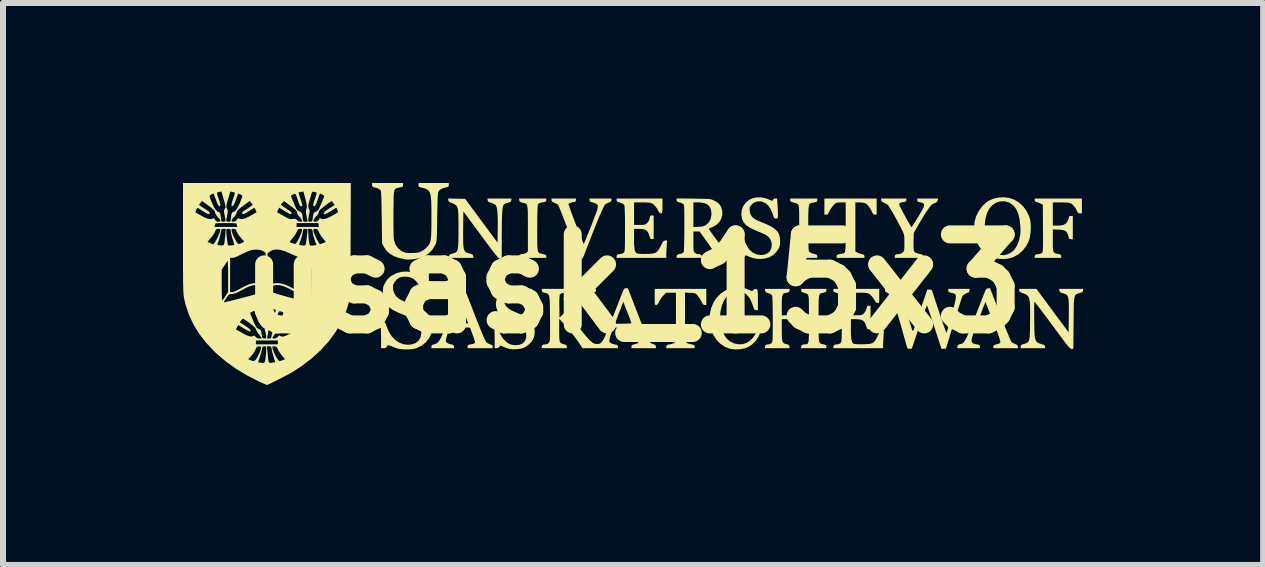
<source format=kicad_pcb>
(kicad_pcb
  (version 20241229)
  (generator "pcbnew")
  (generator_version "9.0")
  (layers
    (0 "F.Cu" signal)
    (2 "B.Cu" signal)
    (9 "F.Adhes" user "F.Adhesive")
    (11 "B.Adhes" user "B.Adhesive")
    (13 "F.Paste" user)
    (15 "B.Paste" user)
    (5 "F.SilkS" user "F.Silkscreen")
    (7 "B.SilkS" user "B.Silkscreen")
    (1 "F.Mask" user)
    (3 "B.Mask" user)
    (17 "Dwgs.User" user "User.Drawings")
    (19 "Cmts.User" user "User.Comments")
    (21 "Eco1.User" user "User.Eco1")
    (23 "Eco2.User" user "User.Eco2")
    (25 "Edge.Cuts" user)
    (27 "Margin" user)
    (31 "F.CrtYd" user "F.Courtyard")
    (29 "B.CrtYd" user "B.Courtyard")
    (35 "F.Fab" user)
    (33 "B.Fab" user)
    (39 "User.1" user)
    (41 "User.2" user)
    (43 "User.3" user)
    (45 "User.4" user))
  (footprint "usask_15x3"
    (layer "F.Cu")
    (at 7.495 1.678)
    (property "Reference" "usask_15x3" (at 0 0 0) (layer "F.SilkS") (effects (font (size 1.5 1.5) (thickness 0.3))))
    (attr board_only exclude_from_pos_files exclude_from_bom)
    (fp_poly (pts (xy -1.441 -1.393) (xy -1.446 -1.373) (xy -1.465 -1.363) (xy -1.473 -1.361) (xy -1.51 -1.354) (xy -1.538 -1.349) (xy -1.565 -1.338) (xy -1.581 -1.323) (xy -1.584 -1.306) (xy -1.586 -1.27) (xy -1.588 -1.216) (xy -1.59 -1.145) (xy -1.591 -1.06) (xy -1.591 -0.961) (xy -1.592 -0.922) (xy -1.592 -0.818) (xy -1.591 -0.733) (xy -1.591 -0.665) (xy -1.589 -0.613) (xy -1.585 -0.574) (xy -1.58 -0.545) (xy -1.572 -0.526) (xy -1.561 -0.513) (xy -1.547 -0.506) (xy -1.528 -0.501) (xy -1.506 -0.496) (xy -1.497 -0.494) (xy -1.464 -0.486) (xy -1.447 -0.477) (xy -1.441 -0.464) (xy -1.441 -0.456) (xy -1.441 -0.43) (xy -1.667 -0.43) (xy -1.893 -0.43) (xy -1.893 -0.456) (xy -1.886 -0.479) (xy -1.864 -0.491) (xy -1.828 -0.495) (xy -1.798 -0.502) (xy -1.773 -0.515) (xy -1.747 -0.536) (xy -1.747 -0.918) (xy -1.747 -1.023) (xy -1.748 -1.108) (xy -1.748 -1.175) (xy -1.75 -1.228) (xy -1.753 -1.268) (xy -1.759 -1.296) (xy -1.766 -1.316) (xy -1.776 -1.329) (xy -1.79 -1.337) (xy -1.807 -1.343) (xy -1.828 -1.348) (xy -1.835 -1.349) (xy -1.867 -1.359) (xy -1.884 -1.37) (xy -1.89 -1.387) (xy -1.891 -1.391) (xy -1.894 -1.419) (xy -1.668 -1.419) (xy -1.441 -1.419)) (stroke (width 0) (type solid)) (fill yes) (layer "F.SilkS"))
    (fp_poly (pts (xy 4.065 -1.285) (xy 4.065 -1.151) (xy 4.035 -1.151) (xy 4.012 -1.155) (xy 3.998 -1.172) (xy 3.992 -1.187) (xy 3.972 -1.229) (xy 3.945 -1.272) (xy 3.916 -1.31) (xy 3.888 -1.335) (xy 3.881 -1.339) (xy 3.852 -1.348) (xy 3.81 -1.354) (xy 3.78 -1.355) (xy 3.71 -1.355) (xy 3.71 -0.947) (xy 3.71 -0.538) (xy 3.734 -0.523) (xy 3.763 -0.508) (xy 3.791 -0.5) (xy 3.828 -0.491) (xy 3.849 -0.483) (xy 3.858 -0.474) (xy 3.861 -0.459) (xy 3.861 -0.456) (xy 3.861 -0.43) (xy 3.629 -0.43) (xy 3.398 -0.43) (xy 3.398 -0.457) (xy 3.399 -0.471) (xy 3.405 -0.48) (xy 3.421 -0.487) (xy 3.449 -0.494) (xy 3.483 -0.499) (xy 3.499 -0.502) (xy 3.513 -0.505) (xy 3.524 -0.511) (xy 3.532 -0.521) (xy 3.538 -0.538) (xy 3.543 -0.563) (xy 3.546 -0.599) (xy 3.547 -0.648) (xy 3.548 -0.711) (xy 3.549 -0.79) (xy 3.549 -0.888) (xy 3.549 -0.942) (xy 3.549 -1.355) (xy 3.479 -1.355) (xy 3.438 -1.353) (xy 3.402 -1.348) (xy 3.382 -1.342) (xy 3.362 -1.326) (xy 3.336 -1.297) (xy 3.309 -1.261) (xy 3.284 -1.223) (xy 3.267 -1.19) (xy 3.262 -1.176) (xy 3.252 -1.157) (xy 3.229 -1.151) (xy 3.225 -1.151) (xy 3.194 -1.151) (xy 3.194 -1.285) (xy 3.194 -1.419) (xy 3.629 -1.419) (xy 4.065 -1.419)) (stroke (width 0) (type solid)) (fill yes) (layer "F.SilkS"))
    (fp_poly (pts (xy 3.076 -1.393) (xy 3.074 -1.377) (xy 3.065 -1.367) (xy 3.044 -1.359) (xy 3.008 -1.352) (xy 2.998 -1.35) (xy 2.979 -1.347) (xy 2.964 -1.342) (xy 2.952 -1.334) (xy 2.943 -1.32) (xy 2.936 -1.299) (xy 2.931 -1.268) (xy 2.928 -1.225) (xy 2.926 -1.168) (xy 2.925 -1.095) (xy 2.925 -1.005) (xy 2.925 -0.934) (xy 2.925 -0.846) (xy 2.926 -0.765) (xy 2.927 -0.692) (xy 2.929 -0.631) (xy 2.931 -0.584) (xy 2.933 -0.554) (xy 2.935 -0.545) (xy 2.947 -0.527) (xy 2.969 -0.513) (xy 3.006 -0.5) (xy 3.046 -0.49) (xy 3.069 -0.48) (xy 3.075 -0.46) (xy 3.076 -0.457) (xy 3.076 -0.43) (xy 2.85 -0.43) (xy 2.624 -0.43) (xy 2.624 -0.456) (xy 2.631 -0.477) (xy 2.655 -0.49) (xy 2.697 -0.494) (xy 2.702 -0.495) (xy 2.732 -0.502) (xy 2.753 -0.516) (xy 2.759 -0.523) (xy 2.763 -0.531) (xy 2.767 -0.543) (xy 2.77 -0.562) (xy 2.772 -0.589) (xy 2.773 -0.627) (xy 2.774 -0.678) (xy 2.774 -0.743) (xy 2.774 -0.827) (xy 2.774 -0.919) (xy 2.774 -1.02) (xy 2.774 -1.102) (xy 2.774 -1.166) (xy 2.773 -1.216) (xy 2.771 -1.252) (xy 2.769 -1.279) (xy 2.767 -1.297) (xy 2.763 -1.309) (xy 2.758 -1.317) (xy 2.753 -1.323) (xy 2.733 -1.339) (xy 2.718 -1.344) (xy 2.699 -1.347) (xy 2.671 -1.354) (xy 2.664 -1.356) (xy 2.637 -1.366) (xy 2.625 -1.38) (xy 2.624 -1.393) (xy 2.624 -1.419) (xy 2.85 -1.419) (xy 3.076 -1.419)) (stroke (width 0) (type solid)) (fill yes) (layer "F.SilkS"))
    (fp_poly (pts (xy 1.226 0.22) (xy 1.226 0.355) (xy 1.199 0.355) (xy 1.182 0.351) (xy 1.167 0.337) (xy 1.15 0.307) (xy 1.146 0.298) (xy 1.123 0.257) (xy 1.096 0.216) (xy 1.082 0.198) (xy 1.063 0.178) (xy 1.047 0.165) (xy 1.027 0.158) (xy 0.997 0.154) (xy 0.958 0.152) (xy 0.871 0.148) (xy 0.871 0.553) (xy 0.871 0.657) (xy 0.871 0.741) (xy 0.872 0.809) (xy 0.873 0.861) (xy 0.874 0.901) (xy 0.876 0.929) (xy 0.878 0.949) (xy 0.882 0.962) (xy 0.886 0.971) (xy 0.891 0.977) (xy 0.892 0.978) (xy 0.917 0.994) (xy 0.949 1.005) (xy 0.954 1.006) (xy 0.994 1.013) (xy 1.018 1.021) (xy 1.029 1.03) (xy 1.032 1.045) (xy 1.032 1.049) (xy 1.032 1.075) (xy 0.796 1.075) (xy 0.559 1.075) (xy 0.559 1.049) (xy 0.566 1.026) (xy 0.583 1.017) (xy 0.634 1.007) (xy 0.667 0.999) (xy 0.688 0.99) (xy 0.7 0.979) (xy 0.707 0.968) (xy 0.71 0.954) (xy 0.714 0.93) (xy 0.716 0.892) (xy 0.718 0.84) (xy 0.719 0.772) (xy 0.72 0.686) (xy 0.72 0.58) (xy 0.72 0.546) (xy 0.72 0.151) (xy 0.638 0.151) (xy 0.555 0.151) (xy 0.505 0.203) (xy 0.475 0.239) (xy 0.449 0.278) (xy 0.436 0.305) (xy 0.421 0.336) (xy 0.407 0.351) (xy 0.391 0.355) (xy 0.381 0.354) (xy 0.373 0.35) (xy 0.369 0.339) (xy 0.367 0.317) (xy 0.366 0.281) (xy 0.366 0.228) (xy 0.366 0.22) (xy 0.366 0.086) (xy 0.796 0.086) (xy 1.226 0.086)) (stroke (width 0) (type solid)) (fill yes) (layer "F.SilkS"))
    (fp_poly (pts (xy 6.288 -1.425) (xy 6.36 -1.4) (xy 6.439 -1.351) (xy 6.509 -1.286) (xy 6.565 -1.208) (xy 6.607 -1.12) (xy 6.625 -1.056) (xy 6.632 -0.998) (xy 6.634 -0.929) (xy 6.63 -0.856) (xy 6.621 -0.788) (xy 6.608 -0.732) (xy 6.604 -0.719) (xy 6.559 -0.63) (xy 6.499 -0.552) (xy 6.426 -0.489) (xy 6.343 -0.443) (xy 6.334 -0.439) (xy 6.268 -0.421) (xy 6.192 -0.412) (xy 6.114 -0.413) (xy 6.043 -0.423) (xy 6.018 -0.429) (xy 5.95 -0.459) (xy 5.884 -0.499) (xy 5.829 -0.546) (xy 5.81 -0.568) (xy 5.755 -0.653) (xy 5.716 -0.75) (xy 5.694 -0.854) (xy 5.69 -0.962) (xy 5.692 -0.976) (xy 5.865 -0.976) (xy 5.865 -0.868) (xy 5.879 -0.763) (xy 5.904 -0.673) (xy 5.941 -0.6) (xy 5.99 -0.542) (xy 6.049 -0.502) (xy 6.115 -0.479) (xy 6.186 -0.476) (xy 6.232 -0.485) (xy 6.298 -0.513) (xy 6.353 -0.559) (xy 6.398 -0.622) (xy 6.432 -0.704) (xy 6.443 -0.743) (xy 6.453 -0.789) (xy 6.46 -0.831) (xy 6.462 -0.876) (xy 6.461 -0.931) (xy 6.46 -0.957) (xy 6.448 -1.07) (xy 6.425 -1.166) (xy 6.39 -1.244) (xy 6.343 -1.304) (xy 6.284 -1.346) (xy 6.214 -1.37) (xy 6.183 -1.374) (xy 6.114 -1.37) (xy 6.049 -1.347) (xy 5.99 -1.306) (xy 5.942 -1.25) (xy 5.905 -1.179) (xy 5.904 -1.177) (xy 5.878 -1.082) (xy 5.865 -0.976) (xy 5.692 -0.976) (xy 5.699 -1.044) (xy 5.724 -1.126) (xy 5.764 -1.207) (xy 5.817 -1.282) (xy 5.879 -1.344) (xy 5.93 -1.381) (xy 6.012 -1.417) (xy 6.103 -1.437) (xy 6.197 -1.44)) (stroke (width 0) (type solid)) (fill yes) (layer "F.SilkS"))
    (fp_poly (pts (xy -0.946 -1.393) (xy -0.95 -1.375) (xy -0.964 -1.365) (xy -0.987 -1.36) (xy -1.033 -1.35) (xy -1.062 -1.337) (xy -1.071 -1.323) (xy -1.071 -1.32) (xy -1.058 -1.285) (xy -1.041 -1.236) (xy -1.02 -1.178) (xy -0.995 -1.112) (xy -0.969 -1.043) (xy -0.941 -0.971) (xy -0.914 -0.901) (xy -0.888 -0.835) (xy -0.865 -0.776) (xy -0.845 -0.727) (xy -0.829 -0.69) (xy -0.819 -0.668) (xy -0.816 -0.664) (xy -0.81 -0.676) (xy -0.797 -0.705) (xy -0.779 -0.748) (xy -0.758 -0.801) (xy -0.733 -0.862) (xy -0.707 -0.927) (xy -0.681 -0.993) (xy -0.656 -1.058) (xy -0.634 -1.117) (xy -0.614 -1.168) (xy -0.6 -1.207) (xy -0.591 -1.232) (xy -0.591 -1.233) (xy -0.582 -1.275) (xy -0.584 -1.305) (xy -0.601 -1.328) (xy -0.634 -1.344) (xy -0.687 -1.359) (xy -0.691 -1.36) (xy -0.713 -1.37) (xy -0.72 -1.39) (xy -0.72 -1.393) (xy -0.72 -1.419) (xy -0.538 -1.419) (xy -0.355 -1.419) (xy -0.355 -1.393) (xy -0.359 -1.374) (xy -0.375 -1.362) (xy -0.398 -1.354) (xy -0.431 -1.339) (xy -0.46 -1.32) (xy -0.463 -1.316) (xy -0.476 -1.297) (xy -0.495 -1.258) (xy -0.521 -1.201) (xy -0.554 -1.126) (xy -0.592 -1.035) (xy -0.635 -0.928) (xy -0.683 -0.806) (xy -0.736 -0.671) (xy -0.743 -0.654) (xy -0.833 -0.42) (xy -0.867 -0.42) (xy -0.9 -0.419) (xy -1.065 -0.86) (xy -1.1 -0.953) (xy -1.133 -1.04) (xy -1.164 -1.119) (xy -1.191 -1.188) (xy -1.214 -1.245) (xy -1.232 -1.287) (xy -1.244 -1.312) (xy -1.249 -1.318) (xy -1.271 -1.333) (xy -1.303 -1.347) (xy -1.309 -1.35) (xy -1.338 -1.363) (xy -1.351 -1.381) (xy -1.353 -1.392) (xy -1.356 -1.419) (xy -1.151 -1.419) (xy -0.946 -1.419)) (stroke (width 0) (type solid)) (fill yes) (layer "F.SilkS"))
    (fp_poly (pts (xy 7.485 -1.296) (xy 7.485 -1.172) (xy 7.452 -1.172) (xy 7.429 -1.176) (xy 7.414 -1.191) (xy 7.405 -1.21) (xy 7.38 -1.257) (xy 7.347 -1.3) (xy 7.314 -1.331) (xy 7.3 -1.339) (xy 7.277 -1.347) (xy 7.24 -1.352) (xy 7.186 -1.354) (xy 7.136 -1.355) (xy 7.001 -1.355) (xy 7.001 -1.161) (xy 7.001 -0.968) (xy 7.076 -0.968) (xy 7.14 -0.971) (xy 7.187 -0.983) (xy 7.221 -1.005) (xy 7.244 -1.038) (xy 7.248 -1.045) (xy 7.261 -1.077) (xy 7.268 -1.103) (xy 7.269 -1.11) (xy 7.276 -1.125) (xy 7.299 -1.129) (xy 7.302 -1.129) (xy 7.334 -1.129) (xy 7.334 -0.936) (xy 7.334 -0.742) (xy 7.303 -0.742) (xy 7.284 -0.744) (xy 7.272 -0.754) (xy 7.264 -0.776) (xy 7.259 -0.795) (xy 7.245 -0.838) (xy 7.226 -0.868) (xy 7.196 -0.887) (xy 7.153 -0.897) (xy 7.097 -0.902) (xy 7.001 -0.905) (xy 7.001 -0.722) (xy 7.001 -0.65) (xy 7.002 -0.597) (xy 7.006 -0.559) (xy 7.012 -0.534) (xy 7.023 -0.518) (xy 7.038 -0.508) (xy 7.058 -0.502) (xy 7.068 -0.5) (xy 7.106 -0.492) (xy 7.128 -0.484) (xy 7.138 -0.474) (xy 7.14 -0.459) (xy 7.14 -0.456) (xy 7.14 -0.43) (xy 6.92 -0.43) (xy 6.699 -0.43) (xy 6.699 -0.456) (xy 6.707 -0.478) (xy 6.731 -0.49) (xy 6.774 -0.495) (xy 6.776 -0.495) (xy 6.804 -0.502) (xy 6.822 -0.514) (xy 6.826 -0.521) (xy 6.83 -0.532) (xy 6.833 -0.548) (xy 6.835 -0.573) (xy 6.837 -0.607) (xy 6.837 -0.654) (xy 6.838 -0.715) (xy 6.838 -0.793) (xy 6.837 -0.889) (xy 6.837 -0.926) (xy 6.834 -1.317) (xy 6.796 -1.336) (xy 6.763 -1.35) (xy 6.732 -1.36) (xy 6.729 -1.36) (xy 6.707 -1.37) (xy 6.7 -1.389) (xy 6.699 -1.393) (xy 6.699 -1.419) (xy 7.092 -1.419) (xy 7.485 -1.419)) (stroke (width 0) (type solid)) (fill yes) (layer "F.SilkS"))
    (fp_poly (pts (xy 1.802 0.07) (xy 1.841 0.073) (xy 1.871 0.078) (xy 1.899 0.086) (xy 1.929 0.1) (xy 1.963 0.115) (xy 1.984 0.122) (xy 1.995 0.121) (xy 2.004 0.113) (xy 2.008 0.108) (xy 2.029 0.09) (xy 2.054 0.087) (xy 2.073 0.098) (xy 2.079 0.11) (xy 2.082 0.129) (xy 2.084 0.166) (xy 2.085 0.214) (xy 2.086 0.27) (xy 2.086 0.288) (xy 2.086 0.441) (xy 2.056 0.441) (xy 2.041 0.439) (xy 2.03 0.433) (xy 2.02 0.416) (xy 2.009 0.387) (xy 1.997 0.351) (xy 1.973 0.289) (xy 1.947 0.241) (xy 1.922 0.209) (xy 1.878 0.166) (xy 1.832 0.141) (xy 1.779 0.13) (xy 1.75 0.129) (xy 1.679 0.139) (xy 1.616 0.169) (xy 1.563 0.217) (xy 1.518 0.282) (xy 1.485 0.364) (xy 1.462 0.463) (xy 1.46 0.482) (xy 1.454 0.581) (xy 1.464 0.679) (xy 1.488 0.771) (xy 1.524 0.854) (xy 1.564 0.912) (xy 1.618 0.96) (xy 1.683 0.993) (xy 1.754 1.009) (xy 1.826 1.008) (xy 1.889 0.99) (xy 1.952 0.952) (xy 2.007 0.897) (xy 2.043 0.841) (xy 2.06 0.812) (xy 2.072 0.799) (xy 2.086 0.8) (xy 2.103 0.811) (xy 2.114 0.821) (xy 2.117 0.831) (xy 2.112 0.848) (xy 2.098 0.877) (xy 2.093 0.887) (xy 2.047 0.955) (xy 1.988 1.014) (xy 1.919 1.057) (xy 1.875 1.075) (xy 1.796 1.091) (xy 1.713 1.096) (xy 1.634 1.087) (xy 1.612 1.082) (xy 1.531 1.049) (xy 1.457 0.999) (xy 1.394 0.932) (xy 1.343 0.853) (xy 1.306 0.764) (xy 1.295 0.722) (xy 1.281 0.612) (xy 1.285 0.506) (xy 1.307 0.406) (xy 1.345 0.314) (xy 1.398 0.233) (xy 1.466 0.164) (xy 1.547 0.11) (xy 1.557 0.106) (xy 1.59 0.09) (xy 1.618 0.08) (xy 1.646 0.074) (xy 1.681 0.071) (xy 1.729 0.07) (xy 1.747 0.07)) (stroke (width 0) (type solid)) (fill yes) (layer "F.SilkS"))
    (fp_poly (pts (xy -2.835 0.077) (xy -2.828 0.079) (xy -2.82 0.082) (xy -2.813 0.088) (xy -2.804 0.1) (xy -2.794 0.119) (xy -2.781 0.147) (xy -2.764 0.185) (xy -2.744 0.236) (xy -2.718 0.301) (xy -2.686 0.383) (xy -2.648 0.482) (xy -2.636 0.513) (xy -2.591 0.627) (xy -2.551 0.727) (xy -2.516 0.812) (xy -2.488 0.88) (xy -2.465 0.93) (xy -2.449 0.962) (xy -2.442 0.973) (xy -2.413 0.994) (xy -2.378 1.01) (xy -2.375 1.011) (xy -2.347 1.021) (xy -2.335 1.035) (xy -2.334 1.049) (xy -2.334 1.075) (xy -2.543 1.075) (xy -2.753 1.075) (xy -2.753 1.049) (xy -2.751 1.033) (xy -2.742 1.023) (xy -2.722 1.015) (xy -2.686 1.008) (xy -2.674 1.006) (xy -2.647 0.998) (xy -2.63 0.988) (xy -2.628 0.985) (xy -2.63 0.97) (xy -2.638 0.94) (xy -2.651 0.898) (xy -2.668 0.851) (xy -2.712 0.731) (xy -2.882 0.731) (xy -3.051 0.731) (xy -3.086 0.834) (xy -3.1 0.881) (xy -3.11 0.921) (xy -3.116 0.95) (xy -3.116 0.96) (xy -3.103 0.981) (xy -3.07 0.999) (xy -3.015 1.014) (xy -3.008 1.016) (xy -2.986 1.026) (xy -2.979 1.046) (xy -2.979 1.049) (xy -2.979 1.075) (xy -3.167 1.075) (xy -3.355 1.075) (xy -3.355 1.049) (xy -3.352 1.031) (xy -3.337 1.019) (xy -3.31 1.01) (xy -3.289 1.004) (xy -3.271 0.996) (xy -3.254 0.984) (xy -3.238 0.968) (xy -3.221 0.944) (xy -3.202 0.911) (xy -3.182 0.868) (xy -3.157 0.813) (xy -3.129 0.743) (xy -3.098 0.667) (xy -3.022 0.667) (xy -2.881 0.667) (xy -2.823 0.667) (xy -2.784 0.666) (xy -2.761 0.663) (xy -2.749 0.66) (xy -2.745 0.654) (xy -2.747 0.648) (xy -2.771 0.583) (xy -2.796 0.519) (xy -2.82 0.459) (xy -2.842 0.405) (xy -2.86 0.36) (xy -2.873 0.329) (xy -2.881 0.313) (xy -2.882 0.312) (xy -2.888 0.321) (xy -2.899 0.347) (xy -2.914 0.384) (xy -2.927 0.417) (xy -2.947 0.471) (xy -2.969 0.527) (xy -2.987 0.577) (xy -2.994 0.594) (xy -3.022 0.667) (xy -3.098 0.667) (xy -3.095 0.658) (xy -3.054 0.555) (xy -3.033 0.501) (xy -2.868 0.074)) (stroke (width 0) (type solid)) (fill yes) (layer "F.SilkS"))
    (fp_poly (pts (xy -2.935 -1.417) (xy -2.793 -1.414) (xy -2.523 -1.049) (xy -2.253 -0.684) (xy -2.25 -0.93) (xy -2.249 -1.034) (xy -2.251 -1.118) (xy -2.254 -1.185) (xy -2.26 -1.236) (xy -2.268 -1.274) (xy -2.278 -1.301) (xy -2.289 -1.315) (xy -2.311 -1.329) (xy -2.344 -1.343) (xy -2.361 -1.348) (xy -2.394 -1.358) (xy -2.41 -1.369) (xy -2.417 -1.385) (xy -2.418 -1.391) (xy -2.421 -1.419) (xy -2.221 -1.419) (xy -2.02 -1.419) (xy -2.024 -1.391) (xy -2.029 -1.373) (xy -2.043 -1.361) (xy -2.072 -1.351) (xy -2.079 -1.349) (xy -2.113 -1.339) (xy -2.14 -1.326) (xy -2.147 -1.32) (xy -2.156 -1.307) (xy -2.163 -1.284) (xy -2.169 -1.25) (xy -2.174 -1.204) (xy -2.177 -1.143) (xy -2.18 -1.067) (xy -2.182 -0.973) (xy -2.182 -0.861) (xy -2.183 -0.788) (xy -2.183 -0.419) (xy -2.213 -0.419) (xy -2.221 -0.421) (xy -2.231 -0.426) (xy -2.243 -0.436) (xy -2.259 -0.453) (xy -2.28 -0.478) (xy -2.308 -0.512) (xy -2.343 -0.558) (xy -2.387 -0.616) (xy -2.441 -0.688) (xy -2.505 -0.775) (xy -2.533 -0.813) (xy -2.823 -1.206) (xy -2.826 -0.912) (xy -2.827 -0.812) (xy -2.826 -0.732) (xy -2.825 -0.669) (xy -2.821 -0.62) (xy -2.815 -0.583) (xy -2.807 -0.557) (xy -2.795 -0.539) (xy -2.78 -0.526) (xy -2.761 -0.516) (xy -2.75 -0.512) (xy -2.717 -0.501) (xy -2.689 -0.494) (xy -2.683 -0.492) (xy -2.664 -0.48) (xy -2.658 -0.46) (xy -2.655 -0.43) (xy -2.86 -0.43) (xy -3.066 -0.43) (xy -3.063 -0.459) (xy -3.058 -0.478) (xy -3.043 -0.49) (xy -3.015 -0.499) (xy -3.008 -0.501) (xy -2.974 -0.511) (xy -2.948 -0.522) (xy -2.941 -0.527) (xy -2.931 -0.539) (xy -2.922 -0.557) (xy -2.916 -0.583) (xy -2.911 -0.62) (xy -2.907 -0.669) (xy -2.905 -0.734) (xy -2.904 -0.815) (xy -2.904 -0.915) (xy -2.904 -0.922) (xy -2.904 -1.02) (xy -2.905 -1.099) (xy -2.906 -1.161) (xy -2.91 -1.209) (xy -2.915 -1.244) (xy -2.922 -1.271) (xy -2.931 -1.29) (xy -2.944 -1.304) (xy -2.959 -1.316) (xy -2.962 -1.318) (xy -2.991 -1.334) (xy -3.026 -1.349) (xy -3.03 -1.35) (xy -3.059 -1.363) (xy -3.071 -1.382) (xy -3.074 -1.392) (xy -3.077 -1.42)) (stroke (width 0) (type solid)) (fill yes) (layer "F.SilkS"))
    (fp_poly (pts (xy 4.56 -1.393) (xy 4.557 -1.377) (xy 4.545 -1.367) (xy 4.52 -1.361) (xy 4.508 -1.36) (xy 4.467 -1.352) (xy 4.445 -1.341) (xy 4.44 -1.324) (xy 4.449 -1.296) (xy 4.459 -1.276) (xy 4.478 -1.238) (xy 4.503 -1.192) (xy 4.53 -1.142) (xy 4.558 -1.09) (xy 4.585 -1.041) (xy 4.61 -0.999) (xy 4.629 -0.965) (xy 4.641 -0.946) (xy 4.644 -0.942) (xy 4.652 -0.949) (xy 4.668 -0.972) (xy 4.692 -1.008) (xy 4.721 -1.055) (xy 4.754 -1.109) (xy 4.757 -1.113) (xy 4.798 -1.182) (xy 4.829 -1.236) (xy 4.848 -1.276) (xy 4.856 -1.306) (xy 4.854 -1.326) (xy 4.84 -1.34) (xy 4.817 -1.35) (xy 4.783 -1.358) (xy 4.772 -1.36) (xy 4.749 -1.37) (xy 4.742 -1.389) (xy 4.742 -1.393) (xy 4.742 -1.419) (xy 4.915 -1.419) (xy 5.088 -1.419) (xy 5.084 -1.391) (xy 5.074 -1.365) (xy 5.049 -1.35) (xy 5.017 -1.337) (xy 4.992 -1.325) (xy 4.973 -1.308) (xy 4.945 -1.273) (xy 4.91 -1.223) (xy 4.869 -1.161) (xy 4.823 -1.087) (xy 4.774 -1.003) (xy 4.763 -0.985) (xy 4.683 -0.845) (xy 4.68 -0.71) (xy 4.679 -0.653) (xy 4.68 -0.603) (xy 4.683 -0.565) (xy 4.687 -0.546) (xy 4.694 -0.532) (xy 4.706 -0.521) (xy 4.725 -0.512) (xy 4.758 -0.502) (xy 4.806 -0.491) (xy 4.81 -0.49) (xy 4.832 -0.48) (xy 4.839 -0.46) (xy 4.839 -0.457) (xy 4.839 -0.43) (xy 4.603 -0.43) (xy 4.366 -0.43) (xy 4.366 -0.456) (xy 4.373 -0.477) (xy 4.397 -0.49) (xy 4.438 -0.494) (xy 4.444 -0.495) (xy 4.475 -0.503) (xy 4.501 -0.521) (xy 4.512 -0.533) (xy 4.519 -0.547) (xy 4.524 -0.565) (xy 4.526 -0.593) (xy 4.527 -0.636) (xy 4.527 -0.68) (xy 4.527 -0.736) (xy 4.526 -0.776) (xy 4.522 -0.806) (xy 4.515 -0.833) (xy 4.504 -0.861) (xy 4.487 -0.897) (xy 4.486 -0.898) (xy 4.459 -0.953) (xy 4.427 -1.013) (xy 4.393 -1.076) (xy 4.359 -1.138) (xy 4.326 -1.195) (xy 4.297 -1.245) (xy 4.273 -1.283) (xy 4.257 -1.306) (xy 4.254 -1.31) (xy 4.227 -1.33) (xy 4.193 -1.347) (xy 4.188 -1.349) (xy 4.158 -1.363) (xy 4.145 -1.38) (xy 4.142 -1.392) (xy 4.139 -1.419) (xy 4.349 -1.419) (xy 4.56 -1.419)) (stroke (width 0) (type solid)) (fill yes) (layer "F.SilkS"))
    (fp_poly (pts (xy 6.124 0.516) (xy 6.16 0.609) (xy 6.195 0.695) (xy 6.226 0.774) (xy 6.255 0.843) (xy 6.278 0.9) (xy 6.297 0.942) (xy 6.309 0.967) (xy 6.314 0.974) (xy 6.336 0.989) (xy 6.367 1.003) (xy 6.373 1.005) (xy 6.402 1.019) (xy 6.416 1.037) (xy 6.418 1.047) (xy 6.421 1.075) (xy 6.216 1.075) (xy 6.011 1.075) (xy 6.011 1.049) (xy 6.017 1.027) (xy 6.037 1.017) (xy 6.041 1.016) (xy 6.085 1.006) (xy 6.111 0.995) (xy 6.124 0.982) (xy 6.127 0.973) (xy 6.124 0.954) (xy 6.115 0.921) (xy 6.101 0.878) (xy 6.089 0.844) (xy 6.049 0.737) (xy 5.881 0.734) (xy 5.817 0.733) (xy 5.771 0.733) (xy 5.74 0.734) (xy 5.721 0.737) (xy 5.711 0.742) (xy 5.705 0.748) (xy 5.705 0.75) (xy 5.687 0.796) (xy 5.671 0.845) (xy 5.657 0.891) (xy 5.648 0.927) (xy 5.646 0.947) (xy 5.652 0.977) (xy 5.674 0.996) (xy 5.702 1.005) (xy 5.735 1.012) (xy 5.759 1.016) (xy 5.78 1.027) (xy 5.785 1.049) (xy 5.785 1.075) (xy 5.597 1.075) (xy 5.408 1.075) (xy 5.411 1.046) (xy 5.417 1.025) (xy 5.435 1.013) (xy 5.455 1.007) (xy 5.47 1.004) (xy 5.484 1) (xy 5.497 0.994) (xy 5.509 0.985) (xy 5.521 0.971) (xy 5.535 0.952) (xy 5.55 0.925) (xy 5.568 0.889) (xy 5.588 0.844) (xy 5.612 0.787) (xy 5.641 0.717) (xy 5.663 0.66) (xy 5.742 0.66) (xy 5.753 0.662) (xy 5.78 0.665) (xy 5.821 0.666) (xy 5.872 0.667) (xy 5.881 0.667) (xy 6.02 0.667) (xy 5.95 0.487) (xy 5.927 0.429) (xy 5.908 0.379) (xy 5.892 0.339) (xy 5.882 0.313) (xy 5.878 0.305) (xy 5.874 0.313) (xy 5.864 0.338) (xy 5.849 0.375) (xy 5.831 0.421) (xy 5.812 0.472) (xy 5.792 0.523) (xy 5.774 0.571) (xy 5.759 0.613) (xy 5.748 0.643) (xy 5.743 0.659) (xy 5.742 0.66) (xy 5.663 0.66) (xy 5.674 0.633) (xy 5.713 0.533) (xy 5.758 0.417) (xy 5.811 0.282) (xy 5.826 0.242) (xy 5.85 0.182) (xy 5.867 0.139) (xy 5.88 0.11) (xy 5.891 0.092) (xy 5.901 0.083) (xy 5.912 0.079) (xy 5.921 0.077) (xy 5.954 0.074)) (stroke (width 0) (type solid)) (fill yes) (layer "F.SilkS"))
    (fp_poly (pts (xy 0.495 -1.296) (xy 0.495 -1.243) (xy 0.494 -1.208) (xy 0.491 -1.187) (xy 0.486 -1.176) (xy 0.479 -1.173) (xy 0.469 -1.172) (xy 0.446 -1.18) (xy 0.43 -1.205) (xy 0.407 -1.249) (xy 0.376 -1.291) (xy 0.343 -1.325) (xy 0.323 -1.338) (xy 0.301 -1.346) (xy 0.269 -1.351) (xy 0.222 -1.354) (xy 0.157 -1.355) (xy 0.156 -1.355) (xy 0.022 -1.355) (xy 0.022 -1.167) (xy 0.022 -0.979) (xy 0.112 -0.979) (xy 0.158 -0.979) (xy 0.189 -0.982) (xy 0.21 -0.989) (xy 0.228 -1) (xy 0.235 -1.006) (xy 0.266 -1.045) (xy 0.281 -1.087) (xy 0.29 -1.119) (xy 0.299 -1.134) (xy 0.312 -1.138) (xy 0.322 -1.138) (xy 0.349 -1.135) (xy 0.349 -0.941) (xy 0.349 -0.747) (xy 0.323 -0.744) (xy 0.307 -0.745) (xy 0.296 -0.753) (xy 0.286 -0.773) (xy 0.274 -0.809) (xy 0.256 -0.854) (xy 0.233 -0.884) (xy 0.2 -0.903) (xy 0.154 -0.912) (xy 0.099 -0.914) (xy 0.022 -0.914) (xy 0.022 -0.755) (xy 0.022 -0.675) (xy 0.026 -0.614) (xy 0.031 -0.569) (xy 0.04 -0.538) (xy 0.053 -0.518) (xy 0.07 -0.505) (xy 0.073 -0.504) (xy 0.096 -0.5) (xy 0.135 -0.497) (xy 0.185 -0.496) (xy 0.233 -0.496) (xy 0.298 -0.499) (xy 0.346 -0.505) (xy 0.382 -0.516) (xy 0.409 -0.536) (xy 0.432 -0.566) (xy 0.456 -0.609) (xy 0.468 -0.632) (xy 0.489 -0.674) (xy 0.505 -0.7) (xy 0.518 -0.713) (xy 0.532 -0.719) (xy 0.542 -0.72) (xy 0.573 -0.72) (xy 0.566 -0.632) (xy 0.563 -0.581) (xy 0.56 -0.53) (xy 0.559 -0.49) (xy 0.559 -0.487) (xy 0.559 -0.43) (xy 0.145 -0.43) (xy -0.269 -0.43) (xy -0.269 -0.456) (xy -0.262 -0.479) (xy -0.241 -0.491) (xy -0.203 -0.495) (xy -0.173 -0.502) (xy -0.151 -0.516) (xy -0.145 -0.523) (xy -0.14 -0.531) (xy -0.137 -0.544) (xy -0.134 -0.562) (xy -0.132 -0.59) (xy -0.131 -0.628) (xy -0.13 -0.679) (xy -0.129 -0.745) (xy -0.129 -0.829) (xy -0.129 -0.915) (xy -0.129 -1.023) (xy -0.13 -1.116) (xy -0.132 -1.193) (xy -0.134 -1.252) (xy -0.137 -1.292) (xy -0.14 -1.311) (xy -0.14 -1.312) (xy -0.157 -1.328) (xy -0.189 -1.343) (xy -0.21 -1.35) (xy -0.244 -1.361) (xy -0.262 -1.372) (xy -0.268 -1.385) (xy -0.269 -1.393) (xy -0.269 -1.419) (xy 0.113 -1.419) (xy 0.495 -1.419)) (stroke (width 0) (type solid)) (fill yes) (layer "F.SilkS"))
    (fp_poly (pts (xy 4.108 0.204) (xy 4.108 0.256) (xy 4.107 0.29) (xy 4.104 0.31) (xy 4.099 0.319) (xy 4.091 0.322) (xy 4.082 0.323) (xy 4.065 0.318) (xy 4.047 0.301) (xy 4.025 0.268) (xy 4.021 0.261) (xy 3.996 0.224) (xy 3.968 0.192) (xy 3.948 0.175) (xy 3.931 0.165) (xy 3.913 0.158) (xy 3.889 0.154) (xy 3.855 0.151) (xy 3.807 0.151) (xy 3.773 0.151) (xy 3.635 0.151) (xy 3.635 0.339) (xy 3.635 0.527) (xy 3.725 0.527) (xy 3.771 0.526) (xy 3.802 0.523) (xy 3.823 0.517) (xy 3.841 0.505) (xy 3.848 0.5) (xy 3.879 0.46) (xy 3.894 0.419) (xy 3.903 0.387) (xy 3.912 0.371) (xy 3.926 0.367) (xy 3.935 0.368) (xy 3.963 0.371) (xy 3.963 0.565) (xy 3.963 0.758) (xy 3.936 0.761) (xy 3.921 0.761) (xy 3.91 0.752) (xy 3.9 0.732) (xy 3.887 0.697) (xy 3.869 0.652) (xy 3.846 0.621) (xy 3.813 0.603) (xy 3.767 0.594) (xy 3.713 0.591) (xy 3.635 0.591) (xy 3.635 0.75) (xy 3.636 0.83) (xy 3.639 0.891) (xy 3.644 0.936) (xy 3.653 0.968) (xy 3.666 0.988) (xy 3.683 1) (xy 3.686 1.002) (xy 3.709 1.006) (xy 3.748 1.009) (xy 3.798 1.01) (xy 3.846 1.009) (xy 3.911 1.006) (xy 3.959 1.001) (xy 3.995 0.989) (xy 4.022 0.97) (xy 4.045 0.94) (xy 4.07 0.896) (xy 4.081 0.874) (xy 4.102 0.832) (xy 4.118 0.806) (xy 4.131 0.792) (xy 4.145 0.787) (xy 4.155 0.786) (xy 4.186 0.785) (xy 4.179 0.883) (xy 4.176 0.934) (xy 4.174 0.982) (xy 4.172 1.02) (xy 4.172 1.029) (xy 4.172 1.075) (xy 3.758 1.075) (xy 3.344 1.075) (xy 3.344 1.05) (xy 3.351 1.027) (xy 3.372 1.014) (xy 3.41 1.011) (xy 3.441 1.003) (xy 3.463 0.989) (xy 3.468 0.983) (xy 3.473 0.974) (xy 3.477 0.962) (xy 3.479 0.943) (xy 3.481 0.916) (xy 3.483 0.878) (xy 3.483 0.827) (xy 3.484 0.761) (xy 3.484 0.677) (xy 3.484 0.591) (xy 3.484 0.482) (xy 3.483 0.389) (xy 3.481 0.313) (xy 3.479 0.254) (xy 3.477 0.214) (xy 3.474 0.194) (xy 3.473 0.193) (xy 3.456 0.178) (xy 3.425 0.163) (xy 3.403 0.155) (xy 3.369 0.144) (xy 3.351 0.134) (xy 3.345 0.12) (xy 3.344 0.112) (xy 3.344 0.086) (xy 3.726 0.086) (xy 4.108 0.086)) (stroke (width 0) (type solid)) (fill yes) (layer "F.SilkS"))
    (fp_poly (pts (xy 6.996 0.449) (xy 7.264 0.811) (xy 7.267 0.533) (xy 7.268 0.438) (xy 7.268 0.362) (xy 7.266 0.303) (xy 7.262 0.258) (xy 7.255 0.225) (xy 7.245 0.202) (xy 7.231 0.185) (xy 7.212 0.174) (xy 7.188 0.165) (xy 7.173 0.16) (xy 7.138 0.149) (xy 7.12 0.137) (xy 7.112 0.123) (xy 7.11 0.114) (xy 7.107 0.086) (xy 7.306 0.086) (xy 7.506 0.086) (xy 7.506 0.112) (xy 7.503 0.128) (xy 7.491 0.139) (xy 7.465 0.15) (xy 7.447 0.155) (xy 7.424 0.162) (xy 7.405 0.169) (xy 7.389 0.177) (xy 7.377 0.189) (xy 7.368 0.207) (xy 7.361 0.233) (xy 7.356 0.268) (xy 7.352 0.315) (xy 7.35 0.376) (xy 7.349 0.452) (xy 7.348 0.546) (xy 7.347 0.658) (xy 7.343 1.086) (xy 7.313 1.086) (xy 7.305 1.085) (xy 7.295 1.08) (xy 7.283 1.071) (xy 7.268 1.054) (xy 7.247 1.031) (xy 7.22 0.997) (xy 7.186 0.953) (xy 7.144 0.897) (xy 7.092 0.827) (xy 7.029 0.742) (xy 6.994 0.694) (xy 6.934 0.613) (xy 6.878 0.538) (xy 6.827 0.47) (xy 6.783 0.412) (xy 6.746 0.364) (xy 6.719 0.328) (xy 6.701 0.307) (xy 6.696 0.301) (xy 6.693 0.312) (xy 6.692 0.341) (xy 6.69 0.386) (xy 6.69 0.444) (xy 6.69 0.513) (xy 6.69 0.59) (xy 6.69 0.6) (xy 6.692 0.689) (xy 6.693 0.759) (xy 6.695 0.813) (xy 6.697 0.854) (xy 6.7 0.884) (xy 6.703 0.906) (xy 6.708 0.923) (xy 6.714 0.938) (xy 6.716 0.941) (xy 6.73 0.965) (xy 6.747 0.981) (xy 6.773 0.994) (xy 6.804 1.004) (xy 6.841 1.015) (xy 6.862 1.026) (xy 6.87 1.037) (xy 6.872 1.049) (xy 6.872 1.075) (xy 6.667 1.075) (xy 6.461 1.075) (xy 6.465 1.047) (xy 6.47 1.029) (xy 6.483 1.017) (xy 6.51 1.006) (xy 6.525 1.002) (xy 6.55 0.995) (xy 6.57 0.986) (xy 6.586 0.975) (xy 6.598 0.958) (xy 6.607 0.933) (xy 6.613 0.899) (xy 6.617 0.852) (xy 6.62 0.79) (xy 6.621 0.711) (xy 6.622 0.614) (xy 6.623 0.508) (xy 6.623 0.422) (xy 6.621 0.353) (xy 6.617 0.299) (xy 6.61 0.257) (xy 6.599 0.226) (xy 6.583 0.202) (xy 6.563 0.185) (xy 6.538 0.172) (xy 6.506 0.16) (xy 6.495 0.156) (xy 6.462 0.143) (xy 6.446 0.131) (xy 6.441 0.115) (xy 6.441 0.112) (xy 6.441 0.086) (xy 6.585 0.086) (xy 6.728 0.086)) (stroke (width 0) (type solid)) (fill yes) (layer "F.SilkS"))
    (fp_poly (pts (xy 2.148 -1.438) (xy 2.222 -1.422) (xy 2.268 -1.404) (xy 2.302 -1.388) (xy 2.322 -1.383) (xy 2.333 -1.386) (xy 2.335 -1.389) (xy 2.343 -1.406) (xy 2.344 -1.411) (xy 2.354 -1.417) (xy 2.375 -1.419) (xy 2.406 -1.419) (xy 2.413 -1.321) (xy 2.416 -1.267) (xy 2.418 -1.211) (xy 2.42 -1.163) (xy 2.42 -1.154) (xy 2.419 -1.117) (xy 2.417 -1.097) (xy 2.409 -1.088) (xy 2.395 -1.086) (xy 2.388 -1.086) (xy 2.371 -1.088) (xy 2.359 -1.095) (xy 2.349 -1.114) (xy 2.337 -1.147) (xy 2.333 -1.159) (xy 2.3 -1.24) (xy 2.26 -1.301) (xy 2.212 -1.343) (xy 2.156 -1.367) (xy 2.135 -1.372) (xy 2.073 -1.371) (xy 2.02 -1.351) (xy 1.978 -1.315) (xy 1.958 -1.29) (xy 1.949 -1.268) (xy 1.947 -1.24) (xy 1.949 -1.218) (xy 1.958 -1.169) (xy 1.979 -1.127) (xy 2.013 -1.092) (xy 2.064 -1.06) (xy 2.134 -1.03) (xy 2.143 -1.026) (xy 2.237 -0.988) (xy 2.311 -0.951) (xy 2.368 -0.913) (xy 2.409 -0.873) (xy 2.436 -0.828) (xy 2.451 -0.777) (xy 2.456 -0.717) (xy 2.456 -0.71) (xy 2.454 -0.657) (xy 2.446 -0.617) (xy 2.433 -0.586) (xy 2.393 -0.529) (xy 2.339 -0.478) (xy 2.278 -0.441) (xy 2.276 -0.441) (xy 2.217 -0.422) (xy 2.146 -0.413) (xy 2.075 -0.414) (xy 2.013 -0.425) (xy 1.974 -0.437) (xy 1.939 -0.451) (xy 1.925 -0.457) (xy 1.895 -0.47) (xy 1.878 -0.471) (xy 1.868 -0.458) (xy 1.866 -0.452) (xy 1.851 -0.434) (xy 1.829 -0.43) (xy 1.811 -0.432) (xy 1.801 -0.44) (xy 1.796 -0.461) (xy 1.792 -0.487) (xy 1.789 -0.522) (xy 1.787 -0.571) (xy 1.785 -0.626) (xy 1.785 -0.659) (xy 1.785 -0.774) (xy 1.817 -0.774) (xy 1.843 -0.77) (xy 1.85 -0.758) (xy 1.855 -0.733) (xy 1.87 -0.697) (xy 1.89 -0.656) (xy 1.913 -0.614) (xy 1.936 -0.579) (xy 1.946 -0.566) (xy 2.001 -0.518) (xy 2.065 -0.488) (xy 2.134 -0.477) (xy 2.196 -0.484) (xy 2.249 -0.508) (xy 2.288 -0.545) (xy 2.311 -0.595) (xy 2.317 -0.653) (xy 2.311 -0.695) (xy 2.298 -0.731) (xy 2.279 -0.762) (xy 2.251 -0.789) (xy 2.21 -0.816) (xy 2.154 -0.843) (xy 2.089 -0.87) (xy 2.006 -0.906) (xy 1.941 -0.94) (xy 1.893 -0.973) (xy 1.858 -1.01) (xy 1.834 -1.05) (xy 1.821 -1.084) (xy 1.81 -1.159) (xy 1.818 -1.232) (xy 1.845 -1.298) (xy 1.888 -1.355) (xy 1.947 -1.401) (xy 2.003 -1.426) (xy 2.072 -1.439)) (stroke (width 0) (type solid)) (fill yes) (layer "F.SilkS"))
    (fp_poly (pts (xy 1.014 -1.418) (xy 1.099 -1.416) (xy 1.167 -1.415) (xy 1.218 -1.414) (xy 1.257 -1.412) (xy 1.286 -1.409) (xy 1.308 -1.405) (xy 1.326 -1.399) (xy 1.343 -1.392) (xy 1.349 -1.389) (xy 1.404 -1.359) (xy 1.443 -1.325) (xy 1.471 -1.282) (xy 1.474 -1.274) (xy 1.492 -1.212) (xy 1.492 -1.146) (xy 1.475 -1.083) (xy 1.443 -1.027) (xy 1.397 -0.983) (xy 1.391 -0.979) (xy 1.355 -0.957) (xy 1.32 -0.94) (xy 1.304 -0.933) (xy 1.281 -0.923) (xy 1.269 -0.913) (xy 1.269 -0.912) (xy 1.275 -0.901) (xy 1.292 -0.876) (xy 1.318 -0.838) (xy 1.352 -0.792) (xy 1.391 -0.739) (xy 1.403 -0.722) (xy 1.454 -0.654) (xy 1.496 -0.601) (xy 1.531 -0.562) (xy 1.561 -0.533) (xy 1.589 -0.514) (xy 1.618 -0.501) (xy 1.649 -0.492) (xy 1.659 -0.49) (xy 1.681 -0.48) (xy 1.688 -0.46) (xy 1.688 -0.457) (xy 1.688 -0.43) (xy 1.551 -0.431) (xy 1.414 -0.431) (xy 1.355 -0.524) (xy 1.326 -0.57) (xy 1.288 -0.626) (xy 1.247 -0.685) (xy 1.207 -0.741) (xy 1.205 -0.744) (xy 1.113 -0.871) (xy 1.062 -0.871) (xy 1.011 -0.871) (xy 1.011 -0.704) (xy 1.011 -0.64) (xy 1.012 -0.594) (xy 1.014 -0.563) (xy 1.018 -0.542) (xy 1.023 -0.528) (xy 1.031 -0.518) (xy 1.032 -0.516) (xy 1.057 -0.5) (xy 1.078 -0.495) (xy 1.12 -0.49) (xy 1.144 -0.476) (xy 1.151 -0.456) (xy 1.151 -0.43) (xy 0.941 -0.43) (xy 0.731 -0.43) (xy 0.731 -0.457) (xy 0.738 -0.479) (xy 0.758 -0.489) (xy 0.791 -0.496) (xy 0.812 -0.5) (xy 0.839 -0.516) (xy 0.85 -0.533) (xy 0.852 -0.55) (xy 0.854 -0.585) (xy 0.856 -0.635) (xy 0.857 -0.698) (xy 0.859 -0.769) (xy 0.86 -0.847) (xy 0.86 -0.927) (xy 0.86 -1.007) (xy 0.86 -1.084) (xy 0.859 -1.155) (xy 0.859 -1.216) (xy 0.857 -1.264) (xy 0.855 -1.296) (xy 0.854 -1.308) (xy 0.839 -1.33) (xy 0.807 -1.347) (xy 0.778 -1.355) (xy 1.011 -1.355) (xy 1.011 -1.149) (xy 1.011 -0.944) (xy 1.095 -0.948) (xy 1.142 -0.951) (xy 1.176 -0.958) (xy 1.204 -0.969) (xy 1.225 -0.982) (xy 1.27 -1.024) (xy 1.299 -1.079) (xy 1.311 -1.148) (xy 1.312 -1.165) (xy 1.305 -1.231) (xy 1.283 -1.282) (xy 1.246 -1.32) (xy 1.193 -1.343) (xy 1.123 -1.354) (xy 1.093 -1.355) (xy 1.011 -1.355) (xy 0.778 -1.355) (xy 0.761 -1.36) (xy 0.738 -1.37) (xy 0.731 -1.39) (xy 0.731 -1.394) (xy 0.731 -1.421)) (stroke (width 0) (type solid)) (fill yes) (layer "F.SilkS"))
    (fp_poly (pts (xy -1.933 0.071) (xy -1.895 0.075) (xy -1.863 0.083) (xy -1.829 0.097) (xy -1.825 0.099) (xy -1.791 0.114) (xy -1.772 0.121) (xy -1.76 0.12) (xy -1.752 0.111) (xy -1.75 0.107) (xy -1.728 0.09) (xy -1.707 0.086) (xy -1.678 0.086) (xy -1.678 0.236) (xy -1.677 0.292) (xy -1.676 0.341) (xy -1.674 0.378) (xy -1.671 0.4) (xy -1.671 0.403) (xy -1.67 0.415) (xy -1.682 0.419) (xy -1.698 0.417) (xy -1.717 0.414) (xy -1.729 0.405) (xy -1.741 0.387) (xy -1.753 0.354) (xy -1.758 0.34) (xy -1.79 0.263) (xy -1.827 0.206) (xy -1.87 0.166) (xy -1.921 0.142) (xy -1.965 0.133) (xy -2.026 0.135) (xy -2.076 0.154) (xy -2.113 0.188) (xy -2.136 0.235) (xy -2.141 0.291) (xy -2.138 0.319) (xy -2.119 0.364) (xy -2.081 0.405) (xy -2.024 0.443) (xy -1.962 0.472) (xy -1.879 0.507) (xy -1.814 0.536) (xy -1.763 0.562) (xy -1.726 0.587) (xy -1.697 0.611) (xy -1.676 0.637) (xy -1.659 0.667) (xy -1.657 0.67) (xy -1.64 0.723) (xy -1.634 0.786) (xy -1.637 0.85) (xy -1.651 0.906) (xy -1.657 0.921) (xy -1.691 0.972) (xy -1.739 1.019) (xy -1.795 1.057) (xy -1.814 1.067) (xy -1.86 1.081) (xy -1.918 1.09) (xy -1.979 1.093) (xy -2.034 1.09) (xy -2.057 1.086) (xy -2.092 1.075) (xy -2.133 1.06) (xy -2.152 1.052) (xy -2.206 1.029) (xy -2.222 1.052) (xy -2.248 1.072) (xy -2.27 1.075) (xy -2.301 1.075) (xy -2.301 0.92) (xy -2.302 0.864) (xy -2.303 0.814) (xy -2.305 0.775) (xy -2.307 0.752) (xy -2.308 0.748) (xy -2.308 0.736) (xy -2.292 0.732) (xy -2.281 0.731) (xy -2.256 0.735) (xy -2.242 0.744) (xy -2.242 0.745) (xy -2.219 0.809) (xy -2.198 0.857) (xy -2.176 0.894) (xy -2.153 0.926) (xy -2.149 0.93) (xy -2.096 0.98) (xy -2.041 1.011) (xy -1.979 1.024) (xy -1.952 1.025) (xy -1.886 1.018) (xy -1.834 0.995) (xy -1.798 0.958) (xy -1.778 0.908) (xy -1.774 0.869) (xy -1.778 0.817) (xy -1.792 0.773) (xy -1.818 0.736) (xy -1.858 0.703) (xy -1.915 0.672) (xy -1.99 0.64) (xy -1.992 0.639) (xy -2.071 0.606) (xy -2.132 0.576) (xy -2.179 0.547) (xy -2.214 0.516) (xy -2.24 0.481) (xy -2.25 0.463) (xy -2.276 0.392) (xy -2.281 0.321) (xy -2.266 0.251) (xy -2.231 0.187) (xy -2.207 0.158) (xy -2.163 0.118) (xy -2.12 0.091) (xy -2.072 0.077) (xy -2.012 0.071) (xy -1.984 0.07)) (stroke (width 0) (type solid)) (fill yes) (layer "F.SilkS"))
    (fp_poly (pts (xy -3.828 -1.646) (xy -3.83 -1.628) (xy -3.838 -1.616) (xy -3.859 -1.609) (xy -3.886 -1.603) (xy -3.911 -1.598) (xy -3.931 -1.593) (xy -3.948 -1.587) (xy -3.96 -1.578) (xy -3.97 -1.562) (xy -3.976 -1.539) (xy -3.981 -1.506) (xy -3.984 -1.46) (xy -3.985 -1.401) (xy -3.986 -1.325) (xy -3.987 -1.231) (xy -3.987 -1.171) (xy -3.988 -1.052) (xy -3.988 -0.949) (xy -3.986 -0.864) (xy -3.985 -0.797) (xy -3.982 -0.75) (xy -3.979 -0.725) (xy -3.954 -0.652) (xy -3.913 -0.592) (xy -3.855 -0.547) (xy -3.849 -0.543) (xy -3.82 -0.528) (xy -3.796 -0.519) (xy -3.769 -0.514) (xy -3.733 -0.512) (xy -3.683 -0.512) (xy -3.616 -0.514) (xy -3.565 -0.522) (xy -3.522 -0.537) (xy -3.483 -0.562) (xy -3.446 -0.593) (xy -3.423 -0.616) (xy -3.404 -0.638) (xy -3.389 -0.661) (xy -3.377 -0.69) (xy -3.368 -0.725) (xy -3.362 -0.769) (xy -3.359 -0.825) (xy -3.356 -0.895) (xy -3.355 -0.982) (xy -3.355 -1.086) (xy -3.355 -1.2) (xy -3.356 -1.294) (xy -3.358 -1.371) (xy -3.363 -1.433) (xy -3.37 -1.481) (xy -3.381 -1.518) (xy -3.397 -1.545) (xy -3.417 -1.565) (xy -3.443 -1.58) (xy -3.476 -1.591) (xy -3.516 -1.601) (xy -3.541 -1.607) (xy -3.562 -1.616) (xy -3.57 -1.635) (xy -3.57 -1.646) (xy -3.57 -1.678) (xy -3.317 -1.678) (xy -3.065 -1.678) (xy -3.065 -1.646) (xy -3.067 -1.628) (xy -3.075 -1.616) (xy -3.096 -1.608) (xy -3.121 -1.603) (xy -3.177 -1.586) (xy -3.215 -1.564) (xy -3.239 -1.535) (xy -3.243 -1.522) (xy -3.246 -1.498) (xy -3.249 -1.46) (xy -3.252 -1.407) (xy -3.254 -1.337) (xy -3.256 -1.25) (xy -3.258 -1.143) (xy -3.259 -1.108) (xy -3.26 -1.004) (xy -3.261 -0.919) (xy -3.263 -0.851) (xy -3.265 -0.797) (xy -3.267 -0.756) (xy -3.269 -0.725) (xy -3.272 -0.702) (xy -3.276 -0.683) (xy -3.281 -0.669) (xy -3.287 -0.654) (xy -3.288 -0.652) (xy -3.336 -0.572) (xy -3.398 -0.507) (xy -3.476 -0.458) (xy -3.547 -0.43) (xy -3.595 -0.418) (xy -3.651 -0.409) (xy -3.707 -0.403) (xy -3.757 -0.402) (xy -3.785 -0.404) (xy -3.889 -0.427) (xy -3.975 -0.457) (xy -4.044 -0.496) (xy -4.1 -0.545) (xy -4.143 -0.606) (xy -4.149 -0.618) (xy -4.178 -0.672) (xy -4.183 -1.102) (xy -4.185 -1.197) (xy -4.186 -1.285) (xy -4.188 -1.365) (xy -4.19 -1.433) (xy -4.192 -1.488) (xy -4.195 -1.527) (xy -4.197 -1.548) (xy -4.197 -1.55) (xy -4.214 -1.567) (xy -4.242 -1.585) (xy -4.273 -1.598) (xy -4.294 -1.602) (xy -4.326 -1.609) (xy -4.342 -1.629) (xy -4.344 -1.646) (xy -4.344 -1.678) (xy -4.086 -1.678) (xy -3.828 -1.678)) (stroke (width 0) (type solid)) (fill yes) (layer "F.SilkS"))
    (fp_poly (pts (xy -3.66 -0.185) (xy -3.563 -0.147) (xy -3.558 -0.145) (xy -3.509 -0.119) (xy -3.495 -0.146) (xy -3.48 -0.164) (xy -3.456 -0.171) (xy -3.439 -0.172) (xy -3.398 -0.172) (xy -3.398 0.038) (xy -3.398 0.247) (xy -3.435 0.247) (xy -3.456 0.246) (xy -3.469 0.239) (xy -3.478 0.222) (xy -3.489 0.189) (xy -3.49 0.185) (xy -3.522 0.096) (xy -3.561 0.02) (xy -3.608 -0.04) (xy -3.658 -0.084) (xy -3.709 -0.107) (xy -3.761 -0.116) (xy -3.817 -0.117) (xy -3.867 -0.11) (xy -3.885 -0.104) (xy -3.927 -0.077) (xy -3.963 -0.038) (xy -3.988 0.007) (xy -3.995 0.03) (xy -3.995 0.093) (xy -3.977 0.154) (xy -3.943 0.21) (xy -3.896 0.253) (xy -3.89 0.256) (xy -3.868 0.268) (xy -3.83 0.286) (xy -3.781 0.307) (xy -3.727 0.33) (xy -3.708 0.337) (xy -3.616 0.376) (xy -3.542 0.412) (xy -3.484 0.446) (xy -3.439 0.481) (xy -3.404 0.517) (xy -3.377 0.558) (xy -3.374 0.565) (xy -3.357 0.612) (xy -3.348 0.671) (xy -3.345 0.736) (xy -3.351 0.798) (xy -3.36 0.838) (xy -3.395 0.911) (xy -3.448 0.976) (xy -3.516 1.03) (xy -3.594 1.07) (xy -3.625 1.08) (xy -3.675 1.09) (xy -3.738 1.095) (xy -3.805 1.095) (xy -3.868 1.09) (xy -3.914 1.082) (xy -3.955 1.069) (xy -3.999 1.052) (xy -4.015 1.045) (xy -4.051 1.03) (xy -4.073 1.024) (xy -4.086 1.027) (xy -4.095 1.04) (xy -4.099 1.048) (xy -4.112 1.067) (xy -4.133 1.074) (xy -4.153 1.075) (xy -4.194 1.075) (xy -4.194 0.933) (xy -4.195 0.872) (xy -4.196 0.81) (xy -4.198 0.757) (xy -4.201 0.718) (xy -4.208 0.645) (xy -4.165 0.645) (xy -4.141 0.646) (xy -4.127 0.652) (xy -4.117 0.667) (xy -4.106 0.697) (xy -4.103 0.707) (xy -4.066 0.798) (xy -4.018 0.876) (xy -3.959 0.937) (xy -3.892 0.982) (xy -3.818 1.01) (xy -3.74 1.018) (xy -3.683 1.011) (xy -3.621 0.99) (xy -3.574 0.955) (xy -3.542 0.904) (xy -3.531 0.873) (xy -3.521 0.802) (xy -3.532 0.733) (xy -3.564 0.667) (xy -3.571 0.657) (xy -3.587 0.637) (xy -3.605 0.619) (xy -3.629 0.602) (xy -3.661 0.585) (xy -3.705 0.565) (xy -3.763 0.541) (xy -3.824 0.517) (xy -3.923 0.475) (xy -4.002 0.434) (xy -4.063 0.391) (xy -4.108 0.344) (xy -4.139 0.292) (xy -4.157 0.233) (xy -4.164 0.165) (xy -4.165 0.145) (xy -4.163 0.094) (xy -4.158 0.057) (xy -4.147 0.024) (xy -4.14 0.011) (xy -4.11 -0.043) (xy -4.079 -0.083) (xy -4.041 -0.117) (xy -4.017 -0.134) (xy -3.935 -0.177) (xy -3.847 -0.199) (xy -3.755 -0.202)) (stroke (width 0) (type solid)) (fill yes) (layer "F.SilkS"))
    (fp_poly (pts (xy 2.613 0.112) (xy 2.611 0.128) (xy 2.603 0.138) (xy 2.583 0.146) (xy 2.547 0.155) (xy 2.54 0.156) (xy 2.52 0.162) (xy 2.506 0.173) (xy 2.496 0.192) (xy 2.489 0.221) (xy 2.486 0.264) (xy 2.484 0.324) (xy 2.484 0.372) (xy 2.484 0.527) (xy 2.71 0.527) (xy 2.936 0.527) (xy 2.936 0.362) (xy 2.935 0.294) (xy 2.934 0.244) (xy 2.929 0.21) (xy 2.921 0.186) (xy 2.907 0.171) (xy 2.886 0.161) (xy 2.858 0.153) (xy 2.852 0.151) (xy 2.823 0.141) (xy 2.81 0.129) (xy 2.807 0.112) (xy 2.807 0.086) (xy 3.016 0.086) (xy 3.226 0.086) (xy 3.226 0.112) (xy 3.225 0.127) (xy 3.217 0.138) (xy 3.198 0.145) (xy 3.164 0.154) (xy 3.156 0.156) (xy 3.141 0.159) (xy 3.129 0.163) (xy 3.119 0.17) (xy 3.111 0.182) (xy 3.106 0.2) (xy 3.102 0.227) (xy 3.099 0.266) (xy 3.098 0.318) (xy 3.097 0.384) (xy 3.097 0.468) (xy 3.097 0.572) (xy 3.097 0.576) (xy 3.097 0.681) (xy 3.097 0.767) (xy 3.098 0.836) (xy 3.1 0.889) (xy 3.102 0.93) (xy 3.107 0.958) (xy 3.112 0.978) (xy 3.12 0.991) (xy 3.13 0.998) (xy 3.143 1.003) (xy 3.159 1.006) (xy 3.16 1.006) (xy 3.196 1.015) (xy 3.216 1.023) (xy 3.224 1.033) (xy 3.226 1.049) (xy 3.226 1.049) (xy 3.226 1.075) (xy 3.016 1.075) (xy 2.807 1.075) (xy 2.807 1.05) (xy 2.813 1.027) (xy 2.835 1.014) (xy 2.871 1.011) (xy 2.893 1.01) (xy 2.909 1.004) (xy 2.92 0.992) (xy 2.928 0.97) (xy 2.933 0.935) (xy 2.935 0.886) (xy 2.936 0.819) (xy 2.936 0.784) (xy 2.936 0.591) (xy 2.71 0.591) (xy 2.484 0.591) (xy 2.484 0.773) (xy 2.485 0.847) (xy 2.486 0.903) (xy 2.491 0.943) (xy 2.499 0.97) (xy 2.512 0.988) (xy 2.53 0.999) (xy 2.555 1.006) (xy 2.565 1.008) (xy 2.593 1.017) (xy 2.607 1.029) (xy 2.611 1.046) (xy 2.615 1.075) (xy 2.41 1.075) (xy 2.204 1.075) (xy 2.204 1.05) (xy 2.212 1.026) (xy 2.235 1.013) (xy 2.265 1.011) (xy 2.292 1.003) (xy 2.312 0.989) (xy 2.318 0.983) (xy 2.322 0.974) (xy 2.326 0.962) (xy 2.329 0.943) (xy 2.331 0.915) (xy 2.332 0.877) (xy 2.333 0.825) (xy 2.333 0.758) (xy 2.334 0.674) (xy 2.334 0.598) (xy 2.333 0.505) (xy 2.332 0.42) (xy 2.331 0.346) (xy 2.329 0.284) (xy 2.327 0.237) (xy 2.325 0.208) (xy 2.323 0.2) (xy 2.309 0.179) (xy 2.28 0.164) (xy 2.261 0.158) (xy 2.229 0.147) (xy 2.213 0.135) (xy 2.207 0.117) (xy 2.206 0.115) (xy 2.203 0.086) (xy 2.408 0.086) (xy 2.613 0.086)) (stroke (width 0) (type solid)) (fill yes) (layer "F.SilkS"))
    (fp_poly (pts (xy 4.613 0.112) (xy 4.61 0.131) (xy 4.595 0.14) (xy 4.573 0.145) (xy 4.539 0.152) (xy 4.51 0.161) (xy 4.508 0.162) (xy 4.501 0.164) (xy 4.495 0.166) (xy 4.491 0.171) (xy 4.49 0.179) (xy 4.491 0.193) (xy 4.496 0.215) (xy 4.504 0.247) (xy 4.516 0.292) (xy 4.533 0.351) (xy 4.554 0.427) (xy 4.582 0.522) (xy 4.582 0.522) (xy 4.606 0.607) (xy 4.626 0.674) (xy 4.641 0.724) (xy 4.653 0.758) (xy 4.662 0.78) (xy 4.668 0.789) (xy 4.673 0.789) (xy 4.675 0.785) (xy 4.681 0.769) (xy 4.693 0.734) (xy 4.71 0.685) (xy 4.731 0.623) (xy 4.755 0.552) (xy 4.782 0.473) (xy 4.797 0.427) (xy 4.909 0.096) (xy 4.946 0.099) (xy 4.983 0.102) (xy 5.102 0.46) (xy 5.13 0.543) (xy 5.155 0.619) (xy 5.178 0.686) (xy 5.198 0.742) (xy 5.213 0.784) (xy 5.223 0.81) (xy 5.227 0.817) (xy 5.232 0.808) (xy 5.241 0.783) (xy 5.249 0.755) (xy 5.258 0.726) (xy 5.27 0.68) (xy 5.286 0.622) (xy 5.304 0.556) (xy 5.324 0.487) (xy 5.327 0.474) (xy 5.351 0.388) (xy 5.368 0.319) (xy 5.38 0.266) (xy 5.385 0.227) (xy 5.384 0.199) (xy 5.378 0.181) (xy 5.365 0.168) (xy 5.346 0.16) (xy 5.328 0.156) (xy 5.291 0.147) (xy 5.27 0.139) (xy 5.261 0.13) (xy 5.259 0.115) (xy 5.259 0.112) (xy 5.259 0.086) (xy 5.436 0.086) (xy 5.613 0.086) (xy 5.613 0.113) (xy 5.606 0.138) (xy 5.595 0.146) (xy 5.55 0.164) (xy 5.514 0.188) (xy 5.495 0.207) (xy 5.489 0.223) (xy 5.477 0.256) (xy 5.461 0.306) (xy 5.44 0.369) (xy 5.416 0.443) (xy 5.39 0.527) (xy 5.362 0.617) (xy 5.35 0.656) (xy 5.22 1.081) (xy 5.183 1.084) (xy 5.146 1.087) (xy 5.028 0.726) (xy 5 0.642) (xy 4.975 0.564) (xy 4.952 0.496) (xy 4.932 0.439) (xy 4.917 0.396) (xy 4.907 0.369) (xy 4.903 0.36) (xy 4.899 0.369) (xy 4.888 0.396) (xy 4.872 0.439) (xy 4.851 0.495) (xy 4.827 0.563) (xy 4.8 0.64) (xy 4.774 0.718) (xy 4.651 1.081) (xy 4.616 1.084) (xy 4.588 1.083) (xy 4.576 1.073) (xy 4.572 1.06) (xy 4.563 1.029) (xy 4.549 0.981) (xy 4.532 0.919) (xy 4.511 0.846) (xy 4.488 0.763) (xy 4.463 0.673) (xy 4.452 0.635) (xy 4.418 0.517) (xy 4.39 0.418) (xy 4.366 0.339) (xy 4.347 0.277) (xy 4.331 0.231) (xy 4.319 0.202) (xy 4.31 0.186) (xy 4.31 0.186) (xy 4.284 0.166) (xy 4.25 0.151) (xy 4.246 0.15) (xy 4.218 0.14) (xy 4.206 0.126) (xy 4.205 0.112) (xy 4.205 0.086) (xy 4.409 0.086) (xy 4.613 0.086)) (stroke (width 0) (type solid)) (fill yes) (layer "F.SilkS"))
    (fp_poly (pts (xy 0.086 0.508) (xy 0.122 0.6) (xy 0.156 0.687) (xy 0.188 0.766) (xy 0.217 0.836) (xy 0.241 0.893) (xy 0.26 0.936) (xy 0.273 0.962) (xy 0.277 0.969) (xy 0.304 0.991) (xy 0.338 1.007) (xy 0.341 1.007) (xy 0.369 1.017) (xy 0.382 1.032) (xy 0.385 1.046) (xy 0.389 1.075) (xy 0.184 1.075) (xy -0.022 1.075) (xy -0.022 1.049) (xy -0.016 1.027) (xy 0.005 1.016) (xy 0.008 1.015) (xy 0.053 1.004) (xy 0.08 0.994) (xy 0.093 0.982) (xy 0.094 0.977) (xy 0.092 0.961) (xy 0.083 0.93) (xy 0.069 0.889) (xy 0.055 0.849) (xy 0.013 0.737) (xy -0.155 0.734) (xy -0.322 0.731) (xy -0.339 0.771) (xy -0.351 0.803) (xy -0.365 0.846) (xy -0.377 0.886) (xy -0.387 0.926) (xy -0.392 0.95) (xy -0.39 0.966) (xy -0.383 0.977) (xy -0.38 0.98) (xy -0.36 0.993) (xy -0.328 1.005) (xy -0.305 1.011) (xy -0.272 1.019) (xy -0.254 1.028) (xy -0.248 1.04) (xy -0.247 1.049) (xy -0.247 1.075) (xy -0.541 1.075) (xy -0.836 1.075) (xy -0.884 1.003) (xy -0.923 0.947) (xy -0.972 0.881) (xy -1.027 0.811) (xy -1.083 0.743) (xy -1.135 0.683) (xy -1.164 0.651) (xy -1.225 0.586) (xy -1.226 0.775) (xy -1.225 0.848) (xy -1.224 0.902) (xy -1.221 0.941) (xy -1.214 0.967) (xy -1.203 0.985) (xy -1.187 0.996) (xy -1.164 1.004) (xy -1.143 1.01) (xy -1.113 1.02) (xy -1.1 1.032) (xy -1.097 1.049) (xy -1.097 1.075) (xy -1.307 1.075) (xy -1.516 1.075) (xy -1.516 1.05) (xy -1.51 1.027) (xy -1.488 1.014) (xy -1.452 1.011) (xy -1.416 1.002) (xy -1.392 0.975) (xy -1.382 0.943) (xy -1.38 0.924) (xy -1.379 0.887) (xy -1.378 0.833) (xy -1.378 0.767) (xy -1.378 0.691) (xy -1.378 0.607) (xy -1.379 0.558) (xy -1.38 0.457) (xy -1.381 0.375) (xy -1.382 0.311) (xy -1.385 0.261) (xy -1.389 0.224) (xy -1.396 0.198) (xy -1.405 0.18) (xy -1.417 0.169) (xy -1.433 0.161) (xy -1.452 0.156) (xy -1.469 0.152) (xy -1.498 0.142) (xy -1.513 0.131) (xy -1.516 0.114) (xy -1.516 0.113) (xy -1.516 0.086) (xy -1.307 0.086) (xy -1.097 0.086) (xy -1.097 0.112) (xy -1.099 0.128) (xy -1.107 0.139) (xy -1.128 0.147) (xy -1.164 0.155) (xy -1.17 0.156) (xy -1.197 0.167) (xy -1.215 0.183) (xy -1.216 0.183) (xy -1.219 0.202) (xy -1.222 0.239) (xy -1.224 0.292) (xy -1.224 0.357) (xy -1.223 0.384) (xy -1.221 0.565) (xy -1.14 0.489) (xy -1.078 0.43) (xy -1.021 0.371) (xy -0.972 0.316) (xy -0.933 0.269) (xy -0.907 0.231) (xy -0.902 0.222) (xy -0.889 0.189) (xy -0.893 0.168) (xy -0.914 0.154) (xy -0.947 0.146) (xy -0.974 0.14) (xy -0.987 0.13) (xy -0.989 0.113) (xy -0.989 0.086) (xy -0.801 0.086) (xy -0.613 0.086) (xy -0.613 0.113) (xy -0.619 0.134) (xy -0.639 0.145) (xy -0.643 0.146) (xy -0.685 0.156) (xy -0.721 0.17) (xy -0.753 0.189) (xy -0.786 0.217) (xy -0.825 0.257) (xy -0.858 0.293) (xy -0.9 0.34) (xy -0.944 0.387) (xy -0.983 0.429) (xy -1.014 0.461) (xy -1.015 0.461) (xy -1.073 0.519) (xy -0.964 0.65) (xy -0.92 0.703) (xy -0.875 0.758) (xy -0.833 0.809) (xy -0.799 0.85) (xy -0.79 0.86) (xy -0.741 0.918) (xy -0.7 0.959) (xy -0.665 0.986) (xy -0.632 1.001) (xy -0.599 1.005) (xy -0.597 1.005) (xy -0.573 1.004) (xy -0.552 1) (xy -0.534 0.99) (xy -0.516 0.972) (xy -0.497 0.945) (xy -0.476 0.907) (xy -0.453 0.856) (xy -0.425 0.79) (xy -0.391 0.707) (xy -0.375 0.667) (xy -0.298 0.667) (xy -0.16 0.667) (xy -0.108 0.666) (xy -0.065 0.664) (xy -0.035 0.662) (xy -0.022 0.659) (xy -0.022 0.658) (xy -0.025 0.646) (xy -0.036 0.617) (xy -0.051 0.574) (xy -0.071 0.523) (xy -0.09 0.475) (xy -0.158 0.301) (xy -0.228 0.484) (xy -0.298 0.667) (xy -0.375 0.667) (xy -0.367 0.646) (xy -0.334 0.562) (xy -0.301 0.478) (xy -0.269 0.396) (xy -0.24 0.322) (xy -0.216 0.259) (xy -0.198 0.212) (xy -0.176 0.158) (xy -0.161 0.12) (xy -0.149 0.096) (xy -0.139 0.083) (xy -0.129 0.077) (xy -0.116 0.075) (xy -0.113 0.075) (xy -0.081 0.075)) (stroke (width 0) (type solid)) (fill yes) (layer "F.SilkS"))
    (fp_poly (pts (xy -4.702 -0.734) (xy -4.705 0.21) (xy -4.734 0.317) (xy -4.758 0.4) (xy -4.781 0.47) (xy -4.808 0.538) (xy -4.843 0.611) (xy -4.856 0.638) (xy -4.951 0.803) (xy -5.066 0.96) (xy -5.2 1.108) (xy -5.354 1.248) (xy -5.527 1.379) (xy -5.648 1.458) (xy -5.68 1.477) (xy -5.724 1.502) (xy -5.777 1.53) (xy -5.834 1.56) (xy -5.893 1.59) (xy -5.95 1.619) (xy -6.002 1.645) (xy -6.046 1.666) (xy -6.078 1.681) (xy -6.095 1.688) (xy -6.097 1.688) (xy -6.108 1.683) (xy -6.135 1.672) (xy -6.174 1.655) (xy -6.216 1.636) (xy -6.422 1.532) (xy -6.61 1.419) (xy -6.761 1.311) (xy -6.245 1.311) (xy -6.211 1.315) (xy -6.172 1.32) (xy -6.148 1.319) (xy -6.135 1.31) (xy -6.127 1.288) (xy -6.121 1.249) (xy -6.12 1.242) (xy -6.114 1.192) (xy -6.11 1.141) (xy -6.108 1.102) (xy -6.109 1.068) (xy -6.112 1.051) (xy -6.122 1.044) (xy -6.14 1.043) (xy -6.099 1.043) (xy -6.093 1.089) (xy -6.089 1.125) (xy -6.084 1.171) (xy -6.081 1.204) (xy -6.076 1.257) (xy -6.071 1.291) (xy -6.063 1.311) (xy -6.052 1.319) (xy -6.034 1.32) (xy -6.013 1.317) (xy -5.983 1.312) (xy -5.963 1.308) (xy -5.96 1.307) (xy -5.961 1.296) (xy -5.969 1.27) (xy -5.98 1.234) (xy -5.983 1.225) (xy -5.997 1.178) (xy -6.01 1.131) (xy -6.017 1.095) (xy -6.017 1.094) (xy -6.022 1.063) (xy -6.028 1.052) (xy -6.008 1.052) (xy -6.005 1.072) (xy -6.005 1.073) (xy -5.992 1.113) (xy -5.974 1.158) (xy -5.953 1.202) (xy -5.93 1.242) (xy -5.909 1.272) (xy -5.892 1.289) (xy -5.887 1.29) (xy -5.867 1.286) (xy -5.838 1.277) (xy -5.832 1.274) (xy -5.794 1.258) (xy -5.838 1.209) (xy -5.868 1.169) (xy -5.898 1.124) (xy -5.91 1.101) (xy -5.927 1.068) (xy -5.941 1.051) (xy -5.957 1.044) (xy -5.975 1.043) (xy -5.999 1.045) (xy -6.008 1.052) (xy -6.028 1.052) (xy -6.03 1.048) (xy -6.045 1.044) (xy -6.062 1.043) (xy -6.099 1.043) (xy -6.14 1.043) (xy -6.161 1.046) (xy -6.172 1.057) (xy -6.178 1.083) (xy -6.184 1.112) (xy -6.195 1.154) (xy -6.209 1.201) (xy -6.214 1.217) (xy -6.245 1.311) (xy -6.761 1.311) (xy -6.783 1.295) (xy -6.826 1.258) (xy -6.409 1.258) (xy -6.374 1.273) (xy -6.336 1.287) (xy -6.308 1.287) (xy -6.286 1.27) (xy -6.266 1.24) (xy -6.241 1.195) (xy -6.219 1.148) (xy -6.203 1.105) (xy -6.195 1.072) (xy -6.194 1.064) (xy -6.199 1.049) (xy -6.217 1.044) (xy -6.229 1.043) (xy -6.25 1.045) (xy -6.264 1.054) (xy -6.277 1.074) (xy -6.289 1.101) (xy -6.311 1.143) (xy -6.342 1.186) (xy -6.361 1.209) (xy -6.409 1.258) (xy -6.826 1.258) (xy -6.943 1.158) (xy -6.978 1.125) (xy -7.113 0.98) (xy -7.139 0.946) (xy -6.28 0.946) (xy -6.28 0.979) (xy -6.28 1.011) (xy -6.097 1.011) (xy -5.914 1.011) (xy -5.914 0.979) (xy -5.914 0.946) (xy -6.097 0.946) (xy -6.28 0.946) (xy -7.139 0.946) (xy -7.228 0.831) (xy -7.271 0.762) (xy -6.613 0.762) (xy -6.507 0.822) (xy -6.449 0.853) (xy -6.404 0.872) (xy -6.37 0.88) (xy -6.343 0.879) (xy -6.323 0.871) (xy -6.306 0.867) (xy -6.29 0.878) (xy -6.283 0.887) (xy -6.262 0.906) (xy -6.232 0.913) (xy -6.222 0.914) (xy -6.181 0.914) (xy -6.2 0.884) (xy -6.221 0.854) (xy -6.243 0.828) (xy -6.263 0.798) (xy -6.279 0.764) (xy -6.279 0.763) (xy -6.289 0.741) (xy -6.308 0.719) (xy -6.339 0.692) (xy -6.384 0.657) (xy -6.424 0.629) (xy -6.457 0.605) (xy -6.481 0.589) (xy -6.49 0.584) (xy -6.505 0.589) (xy -6.523 0.607) (xy -6.526 0.611) (xy -6.549 0.643) (xy -6.46 0.7) (xy -6.414 0.733) (xy -6.383 0.76) (xy -6.367 0.78) (xy -6.369 0.793) (xy -6.383 0.796) (xy -6.4 0.79) (xy -6.43 0.775) (xy -6.467 0.754) (xy -6.487 0.741) (xy -6.525 0.718) (xy -6.554 0.701) (xy -6.572 0.691) (xy -6.576 0.69) (xy -6.582 0.701) (xy -6.594 0.723) (xy -6.596 0.728) (xy -6.613 0.762) (xy -7.271 0.762) (xy -7.322 0.677) (xy -7.397 0.517) (xy -7.406 0.49) (xy -6.377 0.49) (xy -6.373 0.501) (xy -6.362 0.529) (xy -6.346 0.567) (xy -6.327 0.614) (xy -6.327 0.615) (xy -6.305 0.666) (xy -6.288 0.701) (xy -6.275 0.724) (xy -6.261 0.738) (xy -6.245 0.748) (xy -6.236 0.752) (xy -6.21 0.765) (xy -6.197 0.782) (xy -6.19 0.811) (xy -6.189 0.817) (xy -6.182 0.863) (xy -6.175 0.892) (xy -6.167 0.907) (xy -6.155 0.913) (xy -6.139 0.914) (xy -6.094 0.914) (xy -6.06 0.914) (xy -6.042 0.913) (xy -6.031 0.908) (xy -6.029 0.904) (xy -6.006 0.904) (xy -6.002 0.912) (xy -5.982 0.914) (xy -5.975 0.914) (xy -5.942 0.908) (xy -5.918 0.887) (xy -5.916 0.884) (xy -5.899 0.866) (xy -5.887 0.863) (xy -5.881 0.868) (xy -5.856 0.881) (xy -5.821 0.88) (xy -5.773 0.864) (xy -5.712 0.834) (xy -5.697 0.826) (xy -5.655 0.803) (xy -5.622 0.784) (xy -5.6 0.771) (xy -5.593 0.767) (xy -5.592 0.756) (xy -5.598 0.733) (xy -5.607 0.71) (xy -5.612 0.7) (xy -5.62 0.694) (xy -5.635 0.697) (xy -5.66 0.71) (xy -5.697 0.734) (xy -5.707 0.74) (xy -5.758 0.772) (xy -5.794 0.789) (xy -5.816 0.794) (xy -5.827 0.787) (xy -5.828 0.777) (xy -5.819 0.761) (xy -5.792 0.738) (xy -5.749 0.708) (xy -5.738 0.7) (xy -5.647 0.642) (xy -5.67 0.611) (xy -5.687 0.591) (xy -5.701 0.581) (xy -5.702 0.581) (xy -5.715 0.587) (xy -5.739 0.602) (xy -5.751 0.612) (xy -5.781 0.635) (xy -5.82 0.663) (xy -5.852 0.687) (xy -5.888 0.715) (xy -5.909 0.738) (xy -5.919 0.762) (xy -5.92 0.768) (xy -5.933 0.802) (xy -5.954 0.83) (xy -5.978 0.857) (xy -5.996 0.884) (xy -6.006 0.904) (xy -6.029 0.904) (xy -6.023 0.893) (xy -6.017 0.864) (xy -6.012 0.839) (xy -6.004 0.798) (xy -5.996 0.774) (xy -5.985 0.762) (xy -5.974 0.757) (xy -5.948 0.745) (xy -5.927 0.728) (xy -5.915 0.709) (xy -5.899 0.678) (xy -5.88 0.638) (xy -5.862 0.595) (xy -5.844 0.553) (xy -5.831 0.517) (xy -5.824 0.492) (xy -5.824 0.483) (xy -5.836 0.474) (xy -5.86 0.464) (xy -5.861 0.464) (xy -5.876 0.46) (xy -5.888 0.46) (xy -5.898 0.469) (xy -5.909 0.489) (xy -5.921 0.522) (xy -5.938 0.572) (xy -5.946 0.594) (xy -5.964 0.639) (xy -5.981 0.663) (xy -5.996 0.666) (xy -6.006 0.656) (xy -6.006 0.641) (xy -5.999 0.612) (xy -5.988 0.572) (xy -5.979 0.542) (xy -5.965 0.499) (xy -5.954 0.464) (xy -5.949 0.441) (xy -5.948 0.436) (xy -5.96 0.432) (xy -5.985 0.426) (xy -5.99 0.425) (xy -6.027 0.418) (xy -6.057 0.529) (xy -6.075 0.602) (xy -6.085 0.656) (xy -6.085 0.693) (xy -6.078 0.713) (xy -6.075 0.716) (xy -6.07 0.721) (xy -6.067 0.731) (xy -6.068 0.749) (xy -6.071 0.778) (xy -6.078 0.823) (xy -6.085 0.863) (xy -6.094 0.914) (xy -6.139 0.914) (xy -6.117 0.911) (xy -6.109 0.898) (xy -6.108 0.884) (xy -6.111 0.857) (xy -6.118 0.82) (xy -6.124 0.797) (xy -6.132 0.762) (xy -6.134 0.74) (xy -6.128 0.724) (xy -6.124 0.716) (xy -6.114 0.698) (xy -6.109 0.675) (xy -6.112 0.645) (xy -6.12 0.603) (xy -6.136 0.546) (xy -6.139 0.532) (xy -6.171 0.425) (xy -6.206 0.428) (xy -6.232 0.431) (xy -6.247 0.436) (xy -6.247 0.437) (xy -6.246 0.448) (xy -6.239 0.476) (xy -6.228 0.515) (xy -6.218 0.545) (xy -6.2 0.601) (xy -6.191 0.638) (xy -6.192 0.658) (xy -6.193 0.659) (xy -6.207 0.666) (xy -6.222 0.658) (xy -6.237 0.632) (xy -6.255 0.587) (xy -6.264 0.56) (xy -6.278 0.517) (xy -6.291 0.482) (xy -6.3 0.46) (xy -6.304 0.456) (xy -6.317 0.457) (xy -6.339 0.465) (xy -6.362 0.477) (xy -6.376 0.487) (xy -6.377 0.49) (xy -7.406 0.49) (xy -7.452 0.35) (xy -7.463 0.302) (xy -6.811 0.302) (xy -6.811 0.312) (xy -6.81 0.312) (xy -6.797 0.309) (xy -6.766 0.302) (xy -6.72 0.29) (xy -6.661 0.276) (xy -6.592 0.258) (xy -6.515 0.238) (xy -6.489 0.231) (xy -6.388 0.205) (xy -6.306 0.183) (xy -6.241 0.165) (xy -6.192 0.15) (xy -6.156 0.138) (xy -6.131 0.128) (xy -6.116 0.119) (xy -6.109 0.11) (xy -6.108 0.104) (xy -6.112 0.094) (xy -6.083 0.094) (xy -6.082 0.115) (xy -6.075 0.123) (xy -6.062 0.129) (xy -6.031 0.139) (xy -5.986 0.153) (xy -5.929 0.17) (xy -5.863 0.189) (xy -5.792 0.209) (xy -5.718 0.23) (xy -5.645 0.249) (xy -5.576 0.268) (xy -5.514 0.284) (xy -5.461 0.297) (xy -5.422 0.306) (xy -5.399 0.311) (xy -5.396 0.311) (xy -5.389 0.308) (xy -5.392 0.295) (xy -5.405 0.269) (xy -5.422 0.242) (xy -5.445 0.207) (xy -5.462 0.186) (xy -5.477 0.176) (xy -5.496 0.172) (xy -5.516 0.172) (xy -5.544 0.17) (xy -5.574 0.162) (xy -5.609 0.146) (xy -5.657 0.12) (xy -5.662 0.117) (xy -5.749 0.071) (xy -5.824 0.04) (xy -5.888 0.024) (xy -5.946 0.023) (xy -5.998 0.035) (xy -6.022 0.046) (xy -6.063 0.071) (xy -6.083 0.094) (xy -6.112 0.094) (xy -6.118 0.082) (xy -6.144 0.059) (xy -6.182 0.04) (xy -6.225 0.027) (xy -6.27 0.022) (xy -6.273 0.022) (xy -6.325 0.026) (xy -6.382 0.042) (xy -6.445 0.069) (xy -6.52 0.109) (xy -6.573 0.138) (xy -6.615 0.157) (xy -6.65 0.167) (xy -6.674 0.17) (xy -6.698 0.172) (xy -6.716 0.175) (xy -6.73 0.183) (xy -6.745 0.199) (xy -6.764 0.225) (xy -6.79 0.265) (xy -6.801 0.282) (xy -6.811 0.302) (xy -7.463 0.302) (xy -7.474 0.258) (xy -7.478 0.239) (xy -7.481 0.219) (xy -7.484 0.198) (xy -7.486 0.174) (xy -7.488 0.145) (xy -7.49 0.11) (xy -7.491 0.067) (xy -7.492 0.023) (xy -6.85 0.023) (xy -6.85 0.095) (xy -6.849 0.159) (xy -6.847 0.212) (xy -6.846 0.252) (xy -6.843 0.275) (xy -6.842 0.28) (xy -6.833 0.271) (xy -6.816 0.249) (xy -6.794 0.217) (xy -6.788 0.208) (xy -6.745 0.14) (xy -6.71 0.14) (xy -6.676 0.14) (xy -6.647 0.134) (xy -6.604 0.116) (xy -6.549 0.087) (xy -6.539 0.082) (xy -6.491 0.055) (xy -6.443 0.032) (xy -6.403 0.014) (xy -6.385 0.006) (xy -6.32 -0.008) (xy -6.253 -0.009) (xy -6.191 0.001) (xy -6.165 0.01) (xy -6.119 0.031) (xy -6.119 -0.236) (xy -6.087 -0.236) (xy -6.086 -0.162) (xy -6.086 -0.097) (xy -6.085 -0.041) (xy -6.084 0.000252) (xy -6.083 0.026) (xy -6.082 0.032) (xy -6.071 0.028) (xy -6.047 0.018) (xy -6.031 0.011) (xy -5.972 -0.008) (xy -5.907 -0.011) (xy -5.836 0.002) (xy -5.756 0.031) (xy -5.665 0.077) (xy -5.651 0.085) (xy -5.593 0.115) (xy -5.548 0.134) (xy -5.52 0.14) (xy -5.484 0.14) (xy -5.484 0.12) (xy -5.463 0.12) (xy -5.412 0.202) (xy -5.361 0.285) (xy -5.358 0.019) (xy -5.355 -0.246) (xy -5.406 -0.325) (xy -5.457 -0.403) (xy -5.46 -0.142) (xy -5.463 0.12) (xy -5.484 0.12) (xy -5.484 -0.144) (xy -5.484 -0.427) (xy -5.53 -0.433) (xy -5.557 -0.439) (xy -5.598 -0.454) (xy -5.647 -0.475) (xy -5.699 -0.499) (xy -5.7 -0.499) (xy -5.792 -0.539) (xy -5.871 -0.564) (xy -5.939 -0.571) (xy -5.997 -0.563) (xy -6.045 -0.538) (xy -6.054 -0.531) (xy -6.087 -0.504) (xy -6.087 -0.236) (xy -6.119 -0.236) (xy -6.119 -0.242) (xy -6.119 -0.515) (xy -6.153 -0.539) (xy -6.196 -0.559) (xy -6.251 -0.568) (xy -6.312 -0.567) (xy -6.372 -0.555) (xy -6.377 -0.554) (xy -6.412 -0.54) (xy -6.457 -0.52) (xy -6.507 -0.496) (xy -6.534 -0.483) (xy -6.594 -0.454) (xy -6.641 -0.436) (xy -6.673 -0.43) (xy -6.71 -0.43) (xy -6.71 -0.145) (xy -6.71 0.14) (xy -6.745 0.14) (xy -6.743 0.136) (xy -6.743 -0.128) (xy -6.743 -0.207) (xy -6.744 -0.274) (xy -6.746 -0.326) (xy -6.748 -0.362) (xy -6.751 -0.38) (xy -6.752 -0.381) (xy -6.762 -0.368) (xy -6.78 -0.341) (xy -6.803 -0.307) (xy -6.806 -0.302) (xy -6.85 -0.233) (xy -6.85 0.023) (xy -7.492 0.023) (xy -7.493 0.016) (xy -7.494 -0.047) (xy -7.494 -0.121) (xy -7.495 -0.21) (xy -7.495 -0.313) (xy -7.495 -0.433) (xy -7.495 -0.571) (xy -7.495 -0.696) (xy -7.086 -0.696) (xy -7.085 -0.695) (xy -7.073 -0.689) (xy -7.049 -0.679) (xy -7.022 -0.668) (xy -6.999 -0.659) (xy -6.989 -0.657) (xy -6.981 -0.665) (xy -6.981 -0.665) (xy -6.92 -0.665) (xy -6.919 -0.649) (xy -6.899 -0.64) (xy -6.86 -0.638) (xy -6.85 -0.638) (xy -6.826 -0.641) (xy -6.813 -0.651) (xy -6.807 -0.675) (xy -6.805 -0.683) (xy -6.801 -0.714) (xy -6.796 -0.758) (xy -6.791 -0.807) (xy -6.79 -0.82) (xy -6.786 -0.879) (xy -6.775 -0.879) (xy -6.773 -0.851) (xy -6.77 -0.811) (xy -6.765 -0.765) (xy -6.759 -0.719) (xy -6.754 -0.68) (xy -6.749 -0.653) (xy -6.747 -0.647) (xy -6.737 -0.637) (xy -6.711 -0.636) (xy -6.693 -0.637) (xy -6.663 -0.641) (xy -6.644 -0.646) (xy -6.64 -0.647) (xy -6.641 -0.653) (xy -5.56 -0.653) (xy -5.55 -0.645) (xy -5.523 -0.639) (xy -5.488 -0.636) (xy -5.463 -0.638) (xy -5.451 -0.652) (xy -5.448 -0.661) (xy -5.444 -0.681) (xy -5.439 -0.716) (xy -5.434 -0.761) (xy -5.428 -0.808) (xy -5.424 -0.852) (xy -5.421 -0.886) (xy -5.42 -0.901) (xy -5.43 -0.91) (xy -5.455 -0.914) (xy -5.456 -0.914) (xy -5.412 -0.914) (xy -5.405 -0.815) (xy -5.402 -0.765) (xy -5.397 -0.719) (xy -5.393 -0.684) (xy -5.392 -0.675) (xy -5.385 -0.648) (xy -5.374 -0.637) (xy -5.352 -0.635) (xy -5.351 -0.635) (xy -5.319 -0.637) (xy -5.294 -0.641) (xy -5.271 -0.647) (xy -5.296 -0.713) (xy -5.31 -0.757) (xy -5.323 -0.802) (xy -5.328 -0.828) (xy -5.335 -0.871) (xy -5.341 -0.893) (xy -5.323 -0.893) (xy -5.318 -0.865) (xy -5.304 -0.824) (xy -5.284 -0.778) (xy -5.261 -0.733) (xy -5.246 -0.708) (xy -5.214 -0.657) (xy -5.171 -0.673) (xy -5.143 -0.683) (xy -5.123 -0.691) (xy -5.12 -0.693) (xy -5.122 -0.703) (xy -5.136 -0.723) (xy -5.157 -0.747) (xy -5.187 -0.786) (xy -5.216 -0.831) (xy -5.228 -0.855) (xy -5.243 -0.888) (xy -5.256 -0.906) (xy -5.271 -0.913) (xy -5.288 -0.914) (xy -5.313 -0.911) (xy -5.322 -0.9) (xy -5.323 -0.893) (xy -5.341 -0.893) (xy -5.342 -0.896) (xy -5.352 -0.909) (xy -5.366 -0.914) (xy -5.379 -0.914) (xy -5.412 -0.914) (xy -5.456 -0.914) (xy -5.478 -0.913) (xy -5.489 -0.906) (xy -5.495 -0.887) (xy -5.5 -0.86) (xy -5.507 -0.82) (xy -5.52 -0.772) (xy -5.533 -0.732) (xy -5.546 -0.695) (xy -5.556 -0.667) (xy -5.56 -0.653) (xy -5.56 -0.653) (xy -6.641 -0.653) (xy -6.642 -0.658) (xy -6.649 -0.685) (xy -6.661 -0.72) (xy -6.662 -0.724) (xy -6.677 -0.771) (xy -6.69 -0.821) (xy -6.696 -0.855) (xy -6.7 -0.889) (xy -6.706 -0.905) (xy -6.687 -0.905) (xy -6.685 -0.884) (xy -6.685 -0.88) (xy -6.674 -0.843) (xy -6.655 -0.796) (xy -6.631 -0.747) (xy -6.607 -0.703) (xy -6.599 -0.691) (xy -6.583 -0.67) (xy -6.566 -0.662) (xy -6.542 -0.667) (xy -6.507 -0.682) (xy -6.503 -0.685) (xy -6.486 -0.693) (xy -5.719 -0.693) (xy -5.719 -0.693) (xy -5.704 -0.685) (xy -5.678 -0.676) (xy -5.65 -0.668) (xy -5.628 -0.663) (xy -5.621 -0.664) (xy -5.611 -0.675) (xy -5.594 -0.698) (xy -5.586 -0.711) (xy -5.559 -0.761) (xy -5.533 -0.821) (xy -5.514 -0.877) (xy -5.513 -0.884) (xy -5.51 -0.905) (xy -5.518 -0.913) (xy -5.541 -0.914) (xy -5.563 -0.912) (xy -5.578 -0.903) (xy -5.591 -0.882) (xy -5.601 -0.861) (xy -5.622 -0.823) (xy -5.651 -0.781) (xy -5.675 -0.753) (xy -5.698 -0.725) (xy -5.714 -0.704) (xy -5.719 -0.693) (xy -6.486 -0.693) (xy -6.473 -0.7) (xy -6.526 -0.759) (xy -6.556 -0.795) (xy -6.582 -0.835) (xy -6.598 -0.865) (xy -6.611 -0.895) (xy -6.623 -0.909) (xy -6.642 -0.914) (xy -6.654 -0.914) (xy -6.679 -0.913) (xy -6.687 -0.905) (xy -6.706 -0.905) (xy -6.706 -0.906) (xy -6.717 -0.913) (xy -6.738 -0.914) (xy -6.739 -0.914) (xy -6.763 -0.912) (xy -6.773 -0.902) (xy -6.775 -0.879) (xy -6.786 -0.879) (xy -6.783 -0.914) (xy -6.82 -0.914) (xy -6.842 -0.913) (xy -6.854 -0.907) (xy -6.86 -0.889) (xy -6.865 -0.857) (xy -6.876 -0.799) (xy -6.896 -0.73) (xy -6.92 -0.665) (xy -6.981 -0.665) (xy -6.966 -0.686) (xy -6.95 -0.712) (xy -6.909 -0.787) (xy -6.884 -0.853) (xy -6.877 -0.879) (xy -6.874 -0.903) (xy -6.88 -0.912) (xy -6.902 -0.914) (xy -6.907 -0.914) (xy -6.93 -0.912) (xy -6.945 -0.903) (xy -6.956 -0.881) (xy -6.962 -0.865) (xy -6.98 -0.832) (xy -7.006 -0.793) (xy -7.035 -0.758) (xy -7.061 -0.729) (xy -7.079 -0.707) (xy -7.086 -0.696) (xy -7.495 -0.696) (xy -7.495 -0.729) (xy -7.495 -0.763) (xy -7.495 -0.946) (xy -6.971 -0.946) (xy -6.78 -0.946) (xy -6.589 -0.946) (xy -6.596 -0.971) (xy -6.601 -0.993) (xy -6.603 -1.003) (xy -6.613 -1.005) (xy -6.641 -1.008) (xy -6.684 -1.01) (xy -6.737 -1.011) (xy -6.78 -1.011) (xy -5.603 -1.011) (xy -5.603 -0.979) (xy -5.603 -0.946) (xy -5.416 -0.946) (xy -5.23 -0.946) (xy -5.235 -0.979) (xy -5.239 -1.011) (xy -5.421 -1.011) (xy -5.603 -1.011) (xy -6.78 -1.011) (xy -6.839 -1.01) (xy -6.89 -1.009) (xy -6.929 -1.007) (xy -6.952 -1.005) (xy -6.958 -1.003) (xy -6.96 -0.987) (xy -6.964 -0.971) (xy -6.971 -0.946) (xy -7.495 -0.946) (xy -7.495 -1.191) (xy -7.289 -1.191) (xy -7.289 -1.189) (xy -7.279 -1.183) (xy -7.254 -1.169) (xy -7.218 -1.149) (xy -7.186 -1.131) (xy -7.127 -1.1) (xy -7.08 -1.082) (xy -7.044 -1.076) (xy -7.013 -1.081) (xy -7 -1.087) (xy -6.984 -1.091) (xy -6.971 -1.082) (xy -6.96 -1.065) (xy -6.941 -1.041) (xy -6.917 -1.033) (xy -6.906 -1.032) (xy -6.88 -1.036) (xy -6.872 -1.049) (xy -6.878 -1.065) (xy -6.896 -1.09) (xy -6.915 -1.112) (xy -6.938 -1.14) (xy -6.953 -1.164) (xy -6.958 -1.175) (xy -6.96 -1.194) (xy -6.968 -1.212) (xy -6.986 -1.233) (xy -7.016 -1.259) (xy -7.059 -1.292) (xy -7.074 -1.303) (xy -7.177 -1.379) (xy -7.202 -1.35) (xy -7.218 -1.329) (xy -7.226 -1.315) (xy -7.226 -1.314) (xy -7.218 -1.305) (xy -7.195 -1.289) (xy -7.161 -1.266) (xy -7.14 -1.253) (xy -7.094 -1.223) (xy -7.065 -1.202) (xy -7.051 -1.185) (xy -7.05 -1.172) (xy -7.059 -1.162) (xy -7.071 -1.159) (xy -7.092 -1.167) (xy -7.125 -1.185) (xy -7.152 -1.202) (xy -7.19 -1.226) (xy -7.221 -1.247) (xy -7.242 -1.26) (xy -7.245 -1.262) (xy -7.259 -1.26) (xy -7.273 -1.238) (xy -7.276 -1.231) (xy -7.285 -1.206) (xy -7.289 -1.191) (xy -7.495 -1.191) (xy -7.495 -1.46) (xy -7.054 -1.46) (xy -7.05 -1.445) (xy -7.04 -1.415) (xy -7.024 -1.375) (xy -7.01 -1.341) (xy -6.978 -1.273) (xy -6.947 -1.226) (xy -6.919 -1.2) (xy -6.898 -1.194) (xy -6.886 -1.188) (xy -6.877 -1.17) (xy -6.869 -1.136) (xy -6.864 -1.095) (xy -6.86 -1.06) (xy -6.855 -1.041) (xy -6.845 -1.034) (xy -6.826 -1.032) (xy -6.822 -1.032) (xy -6.794 -1.036) (xy -6.786 -1.048) (xy -6.787 -1.062) (xy -6.774 -1.062) (xy -6.772 -1.043) (xy -6.764 -1.035) (xy -6.748 -1.032) (xy -6.739 -1.032) (xy -6.718 -1.033) (xy -6.707 -1.039) (xy -6.702 -1.052) (xy -6.687 -1.052) (xy -6.682 -1.038) (xy -6.66 -1.033) (xy -6.654 -1.032) (xy -6.626 -1.037) (xy -6.606 -1.055) (xy -6.6 -1.065) (xy -6.586 -1.086) (xy -6.572 -1.091) (xy -6.561 -1.087) (xy -6.532 -1.077) (xy -6.498 -1.078) (xy -6.457 -1.09) (xy -6.404 -1.115) (xy -6.374 -1.131) (xy -6.333 -1.154) (xy -6.3 -1.173) (xy -6.278 -1.185) (xy -6.271 -1.189) (xy -6.272 -1.192) (xy -5.925 -1.192) (xy -5.924 -1.19) (xy -5.914 -1.184) (xy -5.888 -1.169) (xy -5.852 -1.148) (xy -5.819 -1.13) (xy -5.774 -1.104) (xy -5.741 -1.088) (xy -5.717 -1.079) (xy -5.695 -1.077) (xy -5.671 -1.078) (xy -5.666 -1.079) (xy -5.633 -1.081) (xy -5.614 -1.078) (xy -5.6 -1.066) (xy -5.595 -1.059) (xy -5.568 -1.038) (xy -5.541 -1.033) (xy -5.517 -1.034) (xy -5.506 -1.038) (xy -5.506 -1.038) (xy -5.512 -1.057) (xy -5.528 -1.085) (xy -5.549 -1.113) (xy -5.564 -1.128) (xy -5.583 -1.152) (xy -5.592 -1.175) (xy -5.592 -1.177) (xy -5.595 -1.195) (xy -5.605 -1.213) (xy -5.624 -1.235) (xy -5.656 -1.262) (xy -5.703 -1.297) (xy -5.717 -1.307) (xy -5.811 -1.376) (xy -5.836 -1.353) (xy -5.853 -1.333) (xy -5.861 -1.318) (xy -5.861 -1.318) (xy -5.852 -1.307) (xy -5.83 -1.289) (xy -5.797 -1.266) (xy -5.786 -1.259) (xy -5.737 -1.227) (xy -5.705 -1.203) (xy -5.688 -1.186) (xy -5.685 -1.172) (xy -5.692 -1.163) (xy -5.703 -1.16) (xy -5.722 -1.165) (xy -5.752 -1.181) (xy -5.796 -1.207) (xy -5.8 -1.21) (xy -5.894 -1.268) (xy -5.911 -1.231) (xy -5.922 -1.206) (xy -5.925 -1.192) (xy -6.272 -1.192) (xy -6.273 -1.199) (xy -6.281 -1.222) (xy -6.285 -1.231) (xy -6.299 -1.257) (xy -6.312 -1.263) (xy -6.315 -1.262) (xy -6.33 -1.253) (xy -6.357 -1.235) (xy -6.393 -1.212) (xy -6.408 -1.202) (xy -6.45 -1.176) (xy -6.478 -1.162) (xy -6.495 -1.159) (xy -6.501 -1.162) (xy -6.51 -1.174) (xy -6.508 -1.187) (xy -6.493 -1.203) (xy -6.462 -1.226) (xy -6.42 -1.253) (xy -6.383 -1.277) (xy -6.354 -1.297) (xy -6.337 -1.311) (xy -6.334 -1.314) (xy -6.34 -1.326) (xy -6.356 -1.347) (xy -6.359 -1.35) (xy -6.384 -1.379) (xy -6.486 -1.303) (xy -6.535 -1.267) (xy -6.568 -1.239) (xy -6.588 -1.217) (xy -6.599 -1.199) (xy -6.603 -1.18) (xy -6.603 -1.175) (xy -6.61 -1.159) (xy -6.627 -1.133) (xy -6.646 -1.112) (xy -6.675 -1.076) (xy -6.687 -1.052) (xy -6.702 -1.052) (xy -6.701 -1.055) (xy -6.697 -1.087) (xy -6.696 -1.095) (xy -6.69 -1.144) (xy -6.682 -1.175) (xy -6.672 -1.19) (xy -6.662 -1.194) (xy -6.635 -1.204) (xy -6.606 -1.235) (xy -6.575 -1.287) (xy -6.55 -1.341) (xy -6.532 -1.386) (xy -6.517 -1.424) (xy -6.508 -1.451) (xy -6.506 -1.46) (xy -6.507 -1.463) (xy -5.697 -1.463) (xy -5.692 -1.451) (xy -5.681 -1.423) (xy -5.665 -1.384) (xy -5.647 -1.339) (xy -5.626 -1.289) (xy -5.61 -1.255) (xy -5.596 -1.233) (xy -5.583 -1.219) (xy -5.567 -1.209) (xy -5.558 -1.206) (xy -5.536 -1.195) (xy -5.522 -1.182) (xy -5.512 -1.161) (xy -5.505 -1.128) (xy -5.5 -1.089) (xy -5.495 -1.056) (xy -5.488 -1.039) (xy -5.476 -1.033) (xy -5.456 -1.032) (xy -5.432 -1.033) (xy -5.42 -1.036) (xy -5.42 -1.037) (xy -5.422 -1.048) (xy -5.424 -1.062) (xy -5.409 -1.062) (xy -5.406 -1.041) (xy -5.392 -1.033) (xy -5.378 -1.032) (xy -5.35 -1.039) (xy -5.346 -1.045) (xy -5.323 -1.045) (xy -5.314 -1.036) (xy -5.291 -1.032) (xy -5.288 -1.032) (xy -5.261 -1.037) (xy -5.241 -1.054) (xy -5.234 -1.066) (xy -5.219 -1.088) (xy -5.207 -1.091) (xy -5.202 -1.088) (xy -5.174 -1.075) (xy -5.132 -1.078) (xy -5.077 -1.098) (xy -5.017 -1.128) (xy -4.976 -1.152) (xy -4.942 -1.172) (xy -4.92 -1.186) (xy -4.914 -1.19) (xy -4.913 -1.205) (xy -4.921 -1.229) (xy -4.923 -1.233) (xy -4.941 -1.268) (xy -5.032 -1.21) (xy -5.072 -1.186) (xy -5.106 -1.169) (xy -5.129 -1.159) (xy -5.137 -1.158) (xy -5.15 -1.168) (xy -5.146 -1.184) (xy -5.125 -1.206) (xy -5.087 -1.235) (xy -5.059 -1.253) (xy -4.967 -1.312) (xy -4.99 -1.344) (xy -5.007 -1.365) (xy -5.019 -1.376) (xy -5.02 -1.376) (xy -5.031 -1.369) (xy -5.055 -1.353) (xy -5.09 -1.328) (xy -5.129 -1.298) (xy -5.174 -1.263) (xy -5.204 -1.238) (xy -5.222 -1.219) (xy -5.231 -1.202) (xy -5.235 -1.186) (xy -5.244 -1.156) (xy -5.258 -1.14) (xy -5.277 -1.124) (xy -5.297 -1.098) (xy -5.314 -1.069) (xy -5.323 -1.047) (xy -5.323 -1.045) (xy -5.346 -1.045) (xy -5.341 -1.051) (xy -5.336 -1.072) (xy -5.331 -1.106) (xy -5.328 -1.127) (xy -5.322 -1.161) (xy -5.314 -1.181) (xy -5.298 -1.193) (xy -5.287 -1.198) (xy -5.26 -1.212) (xy -5.241 -1.226) (xy -5.241 -1.227) (xy -5.233 -1.242) (xy -5.219 -1.271) (xy -5.202 -1.309) (xy -5.183 -1.352) (xy -5.166 -1.393) (xy -5.151 -1.429) (xy -5.142 -1.454) (xy -5.14 -1.462) (xy -5.149 -1.471) (xy -5.171 -1.484) (xy -5.177 -1.487) (xy -5.214 -1.504) (xy -5.249 -1.402) (xy -5.269 -1.347) (xy -5.287 -1.311) (xy -5.302 -1.293) (xy -5.316 -1.292) (xy -5.324 -1.298) (xy -5.326 -1.314) (xy -5.318 -1.348) (xy -5.302 -1.399) (xy -5.297 -1.413) (xy -5.279 -1.465) (xy -5.27 -1.499) (xy -5.269 -1.517) (xy -5.272 -1.521) (xy -5.31 -1.532) (xy -5.332 -1.533) (xy -5.345 -1.523) (xy -5.354 -1.501) (xy -5.356 -1.492) (xy -5.366 -1.456) (xy -5.38 -1.411) (xy -5.389 -1.382) (xy -5.403 -1.328) (xy -5.408 -1.288) (xy -5.403 -1.258) (xy -5.394 -1.241) (xy -5.386 -1.226) (xy -5.384 -1.207) (xy -5.389 -1.178) (xy -5.394 -1.155) (xy -5.402 -1.116) (xy -5.407 -1.08) (xy -5.409 -1.062) (xy -5.424 -1.062) (xy -5.427 -1.076) (xy -5.434 -1.114) (xy -5.436 -1.128) (xy -5.445 -1.18) (xy -5.447 -1.214) (xy -5.442 -1.235) (xy -5.442 -1.236) (xy -5.433 -1.262) (xy -5.432 -1.296) (xy -5.438 -1.342) (xy -5.452 -1.403) (xy -5.46 -1.431) (xy -5.489 -1.536) (xy -5.527 -1.53) (xy -5.553 -1.525) (xy -5.568 -1.521) (xy -5.569 -1.521) (xy -5.567 -1.51) (xy -5.56 -1.483) (xy -5.548 -1.445) (xy -5.539 -1.417) (xy -5.522 -1.365) (xy -5.512 -1.329) (xy -5.508 -1.307) (xy -5.51 -1.295) (xy -5.518 -1.291) (xy -5.526 -1.29) (xy -5.538 -1.295) (xy -5.55 -1.31) (xy -5.563 -1.34) (xy -5.576 -1.379) (xy -5.594 -1.432) (xy -5.607 -1.468) (xy -5.617 -1.489) (xy -5.627 -1.497) (xy -5.639 -1.497) (xy -5.655 -1.49) (xy -5.662 -1.487) (xy -5.685 -1.474) (xy -5.697 -1.464) (xy -5.697 -1.463) (xy -6.507 -1.463) (xy -6.515 -1.473) (xy -6.537 -1.487) (xy -6.541 -1.489) (xy -6.575 -1.503) (xy -6.613 -1.4) (xy -6.635 -1.345) (xy -6.653 -1.31) (xy -6.667 -1.294) (xy -6.67 -1.292) (xy -6.683 -1.294) (xy -6.688 -1.307) (xy -6.684 -1.333) (xy -6.673 -1.376) (xy -6.657 -1.421) (xy -6.644 -1.462) (xy -6.635 -1.495) (xy -6.632 -1.514) (xy -6.633 -1.518) (xy -6.648 -1.524) (xy -6.673 -1.53) (xy -6.706 -1.536) (xy -6.741 -1.42) (xy -6.757 -1.365) (xy -6.767 -1.326) (xy -6.772 -1.299) (xy -6.773 -1.28) (xy -6.769 -1.265) (xy -6.761 -1.248) (xy -6.759 -1.245) (xy -6.751 -1.226) (xy -6.749 -1.205) (xy -6.752 -1.176) (xy -6.759 -1.142) (xy -6.769 -1.093) (xy -6.774 -1.062) (xy -6.787 -1.062) (xy -6.788 -1.066) (xy -6.793 -1.097) (xy -6.801 -1.137) (xy -6.801 -1.139) (xy -6.809 -1.18) (xy -6.812 -1.207) (xy -6.809 -1.227) (xy -6.801 -1.244) (xy -6.793 -1.26) (xy -6.788 -1.274) (xy -6.788 -1.289) (xy -6.791 -1.311) (xy -6.799 -1.343) (xy -6.812 -1.389) (xy -6.82 -1.416) (xy -6.854 -1.536) (xy -6.887 -1.53) (xy -6.913 -1.524) (xy -6.927 -1.518) (xy -6.927 -1.505) (xy -6.921 -1.478) (xy -6.91 -1.44) (xy -6.903 -1.421) (xy -6.884 -1.365) (xy -6.874 -1.327) (xy -6.873 -1.303) (xy -6.879 -1.293) (xy -6.89 -1.292) (xy -6.904 -1.304) (xy -6.921 -1.334) (xy -6.941 -1.384) (xy -6.947 -1.4) (xy -6.985 -1.503) (xy -7.02 -1.489) (xy -7.043 -1.475) (xy -7.054 -1.462) (xy -7.054 -1.46) (xy -7.495 -1.46) (xy -7.495 -1.678) (xy -6.097 -1.678) (xy -4.699 -1.678)) (stroke (width 0) (type solid)) (fill yes) (layer "F.SilkS")))
  (gr_rect
    (start -3 -3)
    (end 18.001 6.365)
    (stroke (width 0.1) (type default))
    (fill no)
    (layer "Edge.Cuts")))
</source>
